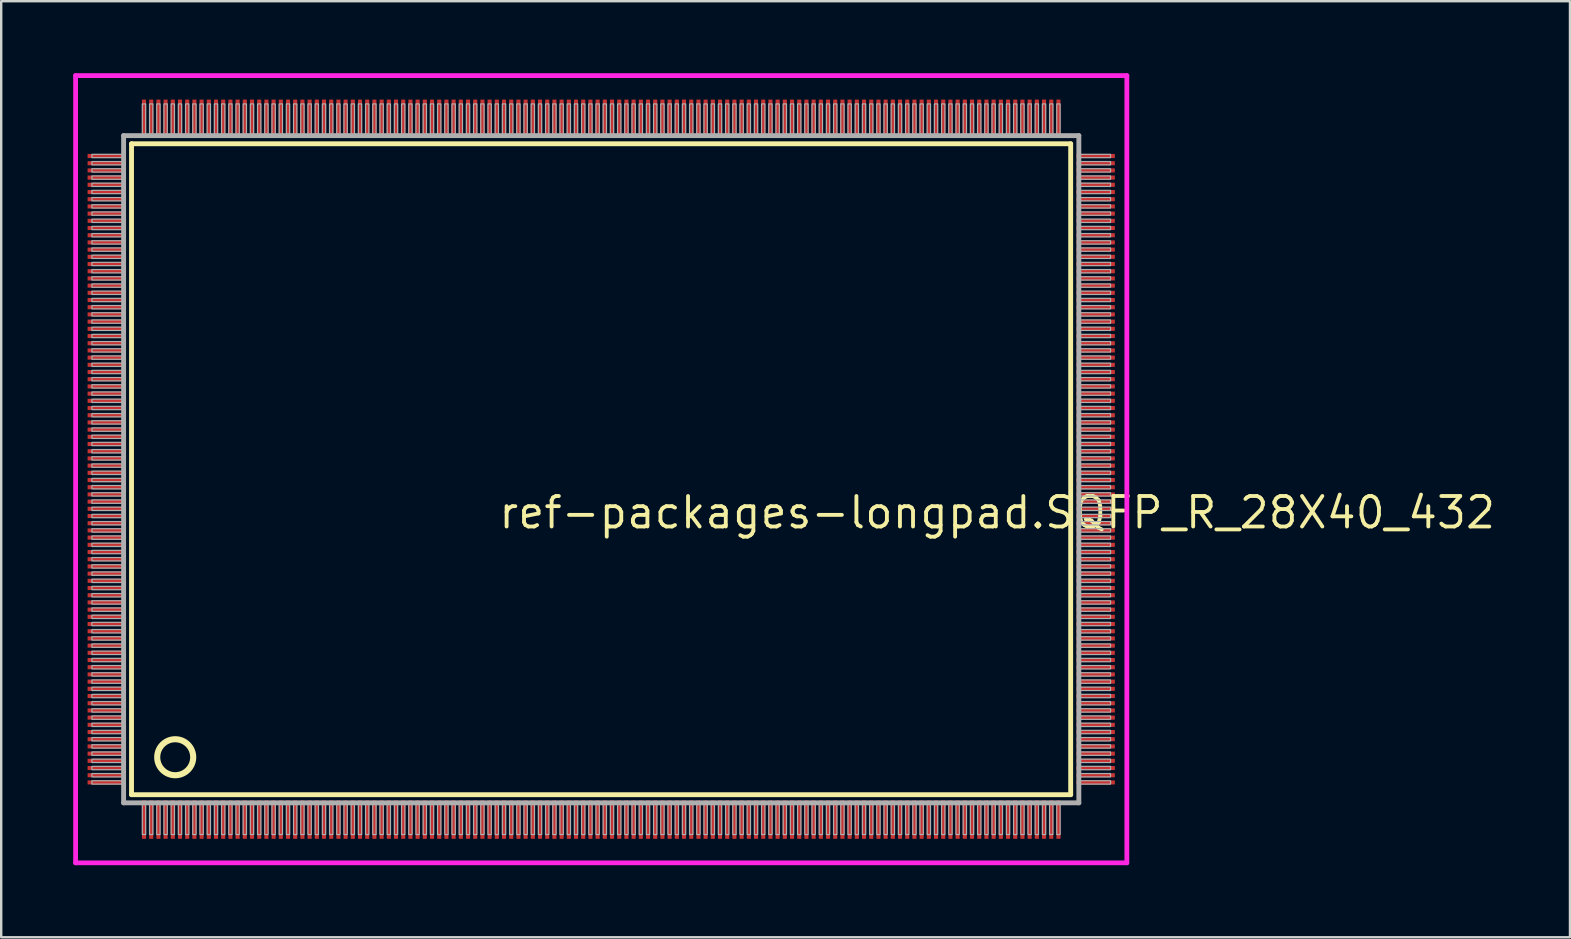
<source format=kicad_pcb>
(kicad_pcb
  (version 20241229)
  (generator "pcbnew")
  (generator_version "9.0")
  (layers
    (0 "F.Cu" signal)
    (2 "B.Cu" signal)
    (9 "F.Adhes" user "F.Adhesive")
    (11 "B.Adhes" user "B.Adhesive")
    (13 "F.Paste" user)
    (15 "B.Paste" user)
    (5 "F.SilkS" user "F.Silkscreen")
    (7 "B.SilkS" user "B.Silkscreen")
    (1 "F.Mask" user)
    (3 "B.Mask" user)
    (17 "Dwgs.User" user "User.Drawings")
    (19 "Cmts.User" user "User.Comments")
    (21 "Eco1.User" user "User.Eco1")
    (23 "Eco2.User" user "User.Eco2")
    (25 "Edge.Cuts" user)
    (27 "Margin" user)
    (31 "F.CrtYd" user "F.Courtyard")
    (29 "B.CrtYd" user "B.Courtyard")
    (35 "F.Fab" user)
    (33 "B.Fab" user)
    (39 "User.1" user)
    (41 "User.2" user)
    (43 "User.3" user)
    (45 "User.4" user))
  (footprint "ref-packages-longpad.SQFP_R_28X40_432"
    (layer "F.Cu")
    (at 22 16.5)
    (property "Reference" "ref-packages-longpad.SQFP_R_28X40_432" (at -4.35 2.55 0) (layer "F.SilkS") (effects (font (size 1.27 1.27) (thickness 0.16)) (justify left bottom)))
    (attr smd)
    (fp_line (start -19.57 -13.56) (end 19.56 -13.56) (stroke (width 0.203) (type default)) (layer "F.SilkS"))
    (fp_line (start -19.57 13.56) (end -19.57 -13.56) (stroke (width 0.203) (type default)) (layer "F.SilkS"))
    (fp_line (start 19.56 -13.56) (end 19.56 13.56) (stroke (width 0.203) (type default)) (layer "F.SilkS"))
    (fp_line (start 19.56 13.56) (end -19.57 13.56) (stroke (width 0.203) (type default)) (layer "F.SilkS"))
    (fp_circle (center -17.75 12) (end -17 12) (stroke (width 0.254) (type default)) (fill no) (layer "F.SilkS"))
    (fp_line (start -21.9 -16.4) (end 21.9 -16.4) (stroke (width 0.2) (type default)) (layer "F.CrtYd"))
    (fp_line (start -21.9 16.4) (end -21.9 -16.4) (stroke (width 0.2) (type default)) (layer "F.CrtYd"))
    (fp_line (start 21.9 -16.4) (end 21.9 16.4) (stroke (width 0.2) (type default)) (layer "F.CrtYd"))
    (fp_line (start 21.9 16.4) (end -21.9 16.4) (stroke (width 0.2) (type default)) (layer "F.CrtYd"))
    (fp_line (start -19.9 -13.9) (end -19.9 13.9) (stroke (width 0.203) (type default)) (layer "F.Fab"))
    (fp_line (start -19.9 13.9) (end 19.9 13.9) (stroke (width 0.203) (type default)) (layer "F.Fab"))
    (fp_line (start 19.9 -13.9) (end -19.9 -13.9) (stroke (width 0.203) (type default)) (layer "F.Fab"))
    (fp_line (start 19.9 13.9) (end 19.9 -13.9) (stroke (width 0.203) (type default)) (layer "F.Fab"))
    (fp_rect (start -21.22 -12.98) (end -19.95 -13.12) (stroke (width 0.05) (type default)) (fill no) (layer "F.Fab"))
    (fp_rect (start -21.22 -12.68) (end -19.95 -12.82) (stroke (width 0.05) (type default)) (fill no) (layer "F.Fab"))
    (fp_rect (start -21.22 -12.38) (end -19.95 -12.52) (stroke (width 0.05) (type default)) (fill no) (layer "F.Fab"))
    (fp_rect (start -21.22 -12.08) (end -19.95 -12.22) (stroke (width 0.05) (type default)) (fill no) (layer "F.Fab"))
    (fp_rect (start -21.22 -11.78) (end -19.95 -11.92) (stroke (width 0.05) (type default)) (fill no) (layer "F.Fab"))
    (fp_rect (start -21.22 -11.48) (end -19.95 -11.62) (stroke (width 0.05) (type default)) (fill no) (layer "F.Fab"))
    (fp_rect (start -21.22 -11.18) (end -19.95 -11.32) (stroke (width 0.05) (type default)) (fill no) (layer "F.Fab"))
    (fp_rect (start -21.22 -10.88) (end -19.95 -11.02) (stroke (width 0.05) (type default)) (fill no) (layer "F.Fab"))
    (fp_rect (start -21.22 -10.58) (end -19.95 -10.72) (stroke (width 0.05) (type default)) (fill no) (layer "F.Fab"))
    (fp_rect (start -21.22 -10.28) (end -19.95 -10.42) (stroke (width 0.05) (type default)) (fill no) (layer "F.Fab"))
    (fp_rect (start -21.22 -9.98) (end -19.95 -10.12) (stroke (width 0.05) (type default)) (fill no) (layer "F.Fab"))
    (fp_rect (start -21.22 -9.68) (end -19.95 -9.82) (stroke (width 0.05) (type default)) (fill no) (layer "F.Fab"))
    (fp_rect (start -21.22 -9.38) (end -19.95 -9.52) (stroke (width 0.05) (type default)) (fill no) (layer "F.Fab"))
    (fp_rect (start -21.22 -9.08) (end -19.95 -9.22) (stroke (width 0.05) (type default)) (fill no) (layer "F.Fab"))
    (fp_rect (start -21.22 -8.78) (end -19.95 -8.92) (stroke (width 0.05) (type default)) (fill no) (layer "F.Fab"))
    (fp_rect (start -21.22 -8.48) (end -19.95 -8.62) (stroke (width 0.05) (type default)) (fill no) (layer "F.Fab"))
    (fp_rect (start -21.22 -8.18) (end -19.95 -8.32) (stroke (width 0.05) (type default)) (fill no) (layer "F.Fab"))
    (fp_rect (start -21.22 -7.88) (end -19.95 -8.02) (stroke (width 0.05) (type default)) (fill no) (layer "F.Fab"))
    (fp_rect (start -21.22 -7.58) (end -19.95 -7.72) (stroke (width 0.05) (type default)) (fill no) (layer "F.Fab"))
    (fp_rect (start -21.22 -7.28) (end -19.95 -7.42) (stroke (width 0.05) (type default)) (fill no) (layer "F.Fab"))
    (fp_rect (start -21.22 -6.98) (end -19.95 -7.12) (stroke (width 0.05) (type default)) (fill no) (layer "F.Fab"))
    (fp_rect (start -21.22 -6.68) (end -19.95 -6.82) (stroke (width 0.05) (type default)) (fill no) (layer "F.Fab"))
    (fp_rect (start -21.22 -6.38) (end -19.95 -6.52) (stroke (width 0.05) (type default)) (fill no) (layer "F.Fab"))
    (fp_rect (start -21.22 -6.08) (end -19.95 -6.22) (stroke (width 0.05) (type default)) (fill no) (layer "F.Fab"))
    (fp_rect (start -21.22 -5.78) (end -19.95 -5.92) (stroke (width 0.05) (type default)) (fill no) (layer "F.Fab"))
    (fp_rect (start -21.22 -5.48) (end -19.95 -5.62) (stroke (width 0.05) (type default)) (fill no) (layer "F.Fab"))
    (fp_rect (start -21.22 -5.18) (end -19.95 -5.32) (stroke (width 0.05) (type default)) (fill no) (layer "F.Fab"))
    (fp_rect (start -21.22 -4.88) (end -19.95 -5.02) (stroke (width 0.05) (type default)) (fill no) (layer "F.Fab"))
    (fp_rect (start -21.22 -4.58) (end -19.95 -4.72) (stroke (width 0.05) (type default)) (fill no) (layer "F.Fab"))
    (fp_rect (start -21.22 -4.28) (end -19.95 -4.42) (stroke (width 0.05) (type default)) (fill no) (layer "F.Fab"))
    (fp_rect (start -21.22 -3.98) (end -19.95 -4.12) (stroke (width 0.05) (type default)) (fill no) (layer "F.Fab"))
    (fp_rect (start -21.22 -3.68) (end -19.95 -3.82) (stroke (width 0.05) (type default)) (fill no) (layer "F.Fab"))
    (fp_rect (start -21.22 -3.38) (end -19.95 -3.52) (stroke (width 0.05) (type default)) (fill no) (layer "F.Fab"))
    (fp_rect (start -21.22 -3.08) (end -19.95 -3.22) (stroke (width 0.05) (type default)) (fill no) (layer "F.Fab"))
    (fp_rect (start -21.22 -2.78) (end -19.95 -2.92) (stroke (width 0.05) (type default)) (fill no) (layer "F.Fab"))
    (fp_rect (start -21.22 -2.48) (end -19.95 -2.62) (stroke (width 0.05) (type default)) (fill no) (layer "F.Fab"))
    (fp_rect (start -21.22 -2.18) (end -19.95 -2.32) (stroke (width 0.05) (type default)) (fill no) (layer "F.Fab"))
    (fp_rect (start -21.22 -1.88) (end -19.95 -2.02) (stroke (width 0.05) (type default)) (fill no) (layer "F.Fab"))
    (fp_rect (start -21.22 -1.58) (end -19.95 -1.72) (stroke (width 0.05) (type default)) (fill no) (layer "F.Fab"))
    (fp_rect (start -21.22 -1.28) (end -19.95 -1.42) (stroke (width 0.05) (type default)) (fill no) (layer "F.Fab"))
    (fp_rect (start -21.22 -0.98) (end -19.95 -1.12) (stroke (width 0.05) (type default)) (fill no) (layer "F.Fab"))
    (fp_rect (start -21.22 -0.68) (end -19.95 -0.82) (stroke (width 0.05) (type default)) (fill no) (layer "F.Fab"))
    (fp_rect (start -21.22 -0.38) (end -19.95 -0.52) (stroke (width 0.05) (type default)) (fill no) (layer "F.Fab"))
    (fp_rect (start -21.22 -0.08) (end -19.95 -0.22) (stroke (width 0.05) (type default)) (fill no) (layer "F.Fab"))
    (fp_rect (start -21.22 0.22) (end -19.95 0.08) (stroke (width 0.05) (type default)) (fill no) (layer "F.Fab"))
    (fp_rect (start -21.22 0.52) (end -19.95 0.38) (stroke (width 0.05) (type default)) (fill no) (layer "F.Fab"))
    (fp_rect (start -21.22 0.82) (end -19.95 0.68) (stroke (width 0.05) (type default)) (fill no) (layer "F.Fab"))
    (fp_rect (start -21.22 1.12) (end -19.95 0.98) (stroke (width 0.05) (type default)) (fill no) (layer "F.Fab"))
    (fp_rect (start -21.22 1.42) (end -19.95 1.28) (stroke (width 0.05) (type default)) (fill no) (layer "F.Fab"))
    (fp_rect (start -21.22 1.72) (end -19.95 1.58) (stroke (width 0.05) (type default)) (fill no) (layer "F.Fab"))
    (fp_rect (start -21.22 2.02) (end -19.95 1.88) (stroke (width 0.05) (type default)) (fill no) (layer "F.Fab"))
    (fp_rect (start -21.22 2.32) (end -19.95 2.18) (stroke (width 0.05) (type default)) (fill no) (layer "F.Fab"))
    (fp_rect (start -21.22 2.62) (end -19.95 2.48) (stroke (width 0.05) (type default)) (fill no) (layer "F.Fab"))
    (fp_rect (start -21.22 2.92) (end -19.95 2.78) (stroke (width 0.05) (type default)) (fill no) (layer "F.Fab"))
    (fp_rect (start -21.22 3.22) (end -19.95 3.08) (stroke (width 0.05) (type default)) (fill no) (layer "F.Fab"))
    (fp_rect (start -21.22 3.52) (end -19.95 3.38) (stroke (width 0.05) (type default)) (fill no) (layer "F.Fab"))
    (fp_rect (start -21.22 3.82) (end -19.95 3.68) (stroke (width 0.05) (type default)) (fill no) (layer "F.Fab"))
    (fp_rect (start -21.22 4.12) (end -19.95 3.98) (stroke (width 0.05) (type default)) (fill no) (layer "F.Fab"))
    (fp_rect (start -21.22 4.42) (end -19.95 4.28) (stroke (width 0.05) (type default)) (fill no) (layer "F.Fab"))
    (fp_rect (start -21.22 4.72) (end -19.95 4.58) (stroke (width 0.05) (type default)) (fill no) (layer "F.Fab"))
    (fp_rect (start -21.22 5.02) (end -19.95 4.88) (stroke (width 0.05) (type default)) (fill no) (layer "F.Fab"))
    (fp_rect (start -21.22 5.32) (end -19.95 5.18) (stroke (width 0.05) (type default)) (fill no) (layer "F.Fab"))
    (fp_rect (start -21.22 5.62) (end -19.95 5.48) (stroke (width 0.05) (type default)) (fill no) (layer "F.Fab"))
    (fp_rect (start -21.22 5.92) (end -19.95 5.78) (stroke (width 0.05) (type default)) (fill no) (layer "F.Fab"))
    (fp_rect (start -21.22 6.22) (end -19.95 6.08) (stroke (width 0.05) (type default)) (fill no) (layer "F.Fab"))
    (fp_rect (start -21.22 6.52) (end -19.95 6.38) (stroke (width 0.05) (type default)) (fill no) (layer "F.Fab"))
    (fp_rect (start -21.22 6.82) (end -19.95 6.68) (stroke (width 0.05) (type default)) (fill no) (layer "F.Fab"))
    (fp_rect (start -21.22 7.12) (end -19.95 6.98) (stroke (width 0.05) (type default)) (fill no) (layer "F.Fab"))
    (fp_rect (start -21.22 7.42) (end -19.95 7.28) (stroke (width 0.05) (type default)) (fill no) (layer "F.Fab"))
    (fp_rect (start -21.22 7.72) (end -19.95 7.58) (stroke (width 0.05) (type default)) (fill no) (layer "F.Fab"))
    (fp_rect (start -21.22 8.02) (end -19.95 7.88) (stroke (width 0.05) (type default)) (fill no) (layer "F.Fab"))
    (fp_rect (start -21.22 8.32) (end -19.95 8.18) (stroke (width 0.05) (type default)) (fill no) (layer "F.Fab"))
    (fp_rect (start -21.22 8.62) (end -19.95 8.48) (stroke (width 0.05) (type default)) (fill no) (layer "F.Fab"))
    (fp_rect (start -21.22 8.92) (end -19.95 8.78) (stroke (width 0.05) (type default)) (fill no) (layer "F.Fab"))
    (fp_rect (start -21.22 9.22) (end -19.95 9.08) (stroke (width 0.05) (type default)) (fill no) (layer "F.Fab"))
    (fp_rect (start -21.22 9.52) (end -19.95 9.38) (stroke (width 0.05) (type default)) (fill no) (layer "F.Fab"))
    (fp_rect (start -21.22 9.82) (end -19.95 9.68) (stroke (width 0.05) (type default)) (fill no) (layer "F.Fab"))
    (fp_rect (start -21.22 10.12) (end -19.95 9.98) (stroke (width 0.05) (type default)) (fill no) (layer "F.Fab"))
    (fp_rect (start -21.22 10.42) (end -19.95 10.28) (stroke (width 0.05) (type default)) (fill no) (layer "F.Fab"))
    (fp_rect (start -21.22 10.72) (end -19.95 10.58) (stroke (width 0.05) (type default)) (fill no) (layer "F.Fab"))
    (fp_rect (start -21.22 11.02) (end -19.95 10.88) (stroke (width 0.05) (type default)) (fill no) (layer "F.Fab"))
    (fp_rect (start -21.22 11.32) (end -19.95 11.18) (stroke (width 0.05) (type default)) (fill no) (layer "F.Fab"))
    (fp_rect (start -21.22 11.62) (end -19.95 11.48) (stroke (width 0.05) (type default)) (fill no) (layer "F.Fab"))
    (fp_rect (start -21.22 11.92) (end -19.95 11.78) (stroke (width 0.05) (type default)) (fill no) (layer "F.Fab"))
    (fp_rect (start -21.22 12.22) (end -19.95 12.08) (stroke (width 0.05) (type default)) (fill no) (layer "F.Fab"))
    (fp_rect (start -21.22 12.52) (end -19.95 12.38) (stroke (width 0.05) (type default)) (fill no) (layer "F.Fab"))
    (fp_rect (start -21.22 12.82) (end -19.95 12.68) (stroke (width 0.05) (type default)) (fill no) (layer "F.Fab"))
    (fp_rect (start -21.22 13.12) (end -19.95 12.98) (stroke (width 0.05) (type default)) (fill no) (layer "F.Fab"))
    (fp_rect (start -19.12 -13.95) (end -18.98 -15.22) (stroke (width 0.05) (type default)) (fill no) (layer "F.Fab"))
    (fp_rect (start -19.12 15.22) (end -18.98 13.95) (stroke (width 0.05) (type default)) (fill no) (layer "F.Fab"))
    (fp_rect (start -18.82 -13.95) (end -18.68 -15.22) (stroke (width 0.05) (type default)) (fill no) (layer "F.Fab"))
    (fp_rect (start -18.82 15.22) (end -18.68 13.95) (stroke (width 0.05) (type default)) (fill no) (layer "F.Fab"))
    (fp_rect (start -18.52 -13.95) (end -18.38 -15.22) (stroke (width 0.05) (type default)) (fill no) (layer "F.Fab"))
    (fp_rect (start -18.52 15.22) (end -18.38 13.95) (stroke (width 0.05) (type default)) (fill no) (layer "F.Fab"))
    (fp_rect (start -18.22 -13.95) (end -18.08 -15.22) (stroke (width 0.05) (type default)) (fill no) (layer "F.Fab"))
    (fp_rect (start -18.22 15.22) (end -18.08 13.95) (stroke (width 0.05) (type default)) (fill no) (layer "F.Fab"))
    (fp_rect (start -17.92 -13.95) (end -17.78 -15.22) (stroke (width 0.05) (type default)) (fill no) (layer "F.Fab"))
    (fp_rect (start -17.92 15.22) (end -17.78 13.95) (stroke (width 0.05) (type default)) (fill no) (layer "F.Fab"))
    (fp_rect (start -17.62 -13.95) (end -17.48 -15.22) (stroke (width 0.05) (type default)) (fill no) (layer "F.Fab"))
    (fp_rect (start -17.62 15.22) (end -17.48 13.95) (stroke (width 0.05) (type default)) (fill no) (layer "F.Fab"))
    (fp_rect (start -17.32 -13.95) (end -17.18 -15.22) (stroke (width 0.05) (type default)) (fill no) (layer "F.Fab"))
    (fp_rect (start -17.32 15.22) (end -17.18 13.95) (stroke (width 0.05) (type default)) (fill no) (layer "F.Fab"))
    (fp_rect (start -17.02 -13.95) (end -16.88 -15.22) (stroke (width 0.05) (type default)) (fill no) (layer "F.Fab"))
    (fp_rect (start -17.02 15.22) (end -16.88 13.95) (stroke (width 0.05) (type default)) (fill no) (layer "F.Fab"))
    (fp_rect (start -16.72 -13.95) (end -16.58 -15.22) (stroke (width 0.05) (type default)) (fill no) (layer "F.Fab"))
    (fp_rect (start -16.72 15.22) (end -16.58 13.95) (stroke (width 0.05) (type default)) (fill no) (layer "F.Fab"))
    (fp_rect (start -16.42 -13.95) (end -16.28 -15.22) (stroke (width 0.05) (type default)) (fill no) (layer "F.Fab"))
    (fp_rect (start -16.42 15.22) (end -16.28 13.95) (stroke (width 0.05) (type default)) (fill no) (layer "F.Fab"))
    (fp_rect (start -16.12 -13.95) (end -15.98 -15.22) (stroke (width 0.05) (type default)) (fill no) (layer "F.Fab"))
    (fp_rect (start -16.12 15.22) (end -15.98 13.95) (stroke (width 0.05) (type default)) (fill no) (layer "F.Fab"))
    (fp_rect (start -15.82 -13.95) (end -15.68 -15.22) (stroke (width 0.05) (type default)) (fill no) (layer "F.Fab"))
    (fp_rect (start -15.82 15.22) (end -15.68 13.95) (stroke (width 0.05) (type default)) (fill no) (layer "F.Fab"))
    (fp_rect (start -15.52 -13.95) (end -15.38 -15.22) (stroke (width 0.05) (type default)) (fill no) (layer "F.Fab"))
    (fp_rect (start -15.52 15.22) (end -15.38 13.95) (stroke (width 0.05) (type default)) (fill no) (layer "F.Fab"))
    (fp_rect (start -15.22 -13.95) (end -15.08 -15.22) (stroke (width 0.05) (type default)) (fill no) (layer "F.Fab"))
    (fp_rect (start -15.22 15.22) (end -15.08 13.95) (stroke (width 0.05) (type default)) (fill no) (layer "F.Fab"))
    (fp_rect (start -14.92 -13.95) (end -14.78 -15.22) (stroke (width 0.05) (type default)) (fill no) (layer "F.Fab"))
    (fp_rect (start -14.92 15.22) (end -14.78 13.95) (stroke (width 0.05) (type default)) (fill no) (layer "F.Fab"))
    (fp_rect (start -14.62 -13.95) (end -14.48 -15.22) (stroke (width 0.05) (type default)) (fill no) (layer "F.Fab"))
    (fp_rect (start -14.62 15.22) (end -14.48 13.95) (stroke (width 0.05) (type default)) (fill no) (layer "F.Fab"))
    (fp_rect (start -14.32 -13.95) (end -14.18 -15.22) (stroke (width 0.05) (type default)) (fill no) (layer "F.Fab"))
    (fp_rect (start -14.32 15.22) (end -14.18 13.95) (stroke (width 0.05) (type default)) (fill no) (layer "F.Fab"))
    (fp_rect (start -14.02 -13.95) (end -13.88 -15.22) (stroke (width 0.05) (type default)) (fill no) (layer "F.Fab"))
    (fp_rect (start -14.02 15.22) (end -13.88 13.95) (stroke (width 0.05) (type default)) (fill no) (layer "F.Fab"))
    (fp_rect (start -13.72 -13.95) (end -13.58 -15.22) (stroke (width 0.05) (type default)) (fill no) (layer "F.Fab"))
    (fp_rect (start -13.72 15.22) (end -13.58 13.95) (stroke (width 0.05) (type default)) (fill no) (layer "F.Fab"))
    (fp_rect (start -13.42 -13.95) (end -13.28 -15.22) (stroke (width 0.05) (type default)) (fill no) (layer "F.Fab"))
    (fp_rect (start -13.42 15.22) (end -13.28 13.95) (stroke (width 0.05) (type default)) (fill no) (layer "F.Fab"))
    (fp_rect (start -13.12 -13.95) (end -12.98 -15.22) (stroke (width 0.05) (type default)) (fill no) (layer "F.Fab"))
    (fp_rect (start -13.12 15.22) (end -12.98 13.95) (stroke (width 0.05) (type default)) (fill no) (layer "F.Fab"))
    (fp_rect (start -12.82 -13.95) (end -12.68 -15.22) (stroke (width 0.05) (type default)) (fill no) (layer "F.Fab"))
    (fp_rect (start -12.82 15.22) (end -12.68 13.95) (stroke (width 0.05) (type default)) (fill no) (layer "F.Fab"))
    (fp_rect (start -12.52 -13.95) (end -12.38 -15.22) (stroke (width 0.05) (type default)) (fill no) (layer "F.Fab"))
    (fp_rect (start -12.52 15.22) (end -12.38 13.95) (stroke (width 0.05) (type default)) (fill no) (layer "F.Fab"))
    (fp_rect (start -12.22 -13.95) (end -12.08 -15.22) (stroke (width 0.05) (type default)) (fill no) (layer "F.Fab"))
    (fp_rect (start -12.22 15.22) (end -12.08 13.95) (stroke (width 0.05) (type default)) (fill no) (layer "F.Fab"))
    (fp_rect (start -11.92 -13.95) (end -11.78 -15.22) (stroke (width 0.05) (type default)) (fill no) (layer "F.Fab"))
    (fp_rect (start -11.92 15.22) (end -11.78 13.95) (stroke (width 0.05) (type default)) (fill no) (layer "F.Fab"))
    (fp_rect (start -11.62 -13.95) (end -11.48 -15.22) (stroke (width 0.05) (type default)) (fill no) (layer "F.Fab"))
    (fp_rect (start -11.62 15.22) (end -11.48 13.95) (stroke (width 0.05) (type default)) (fill no) (layer "F.Fab"))
    (fp_rect (start -11.32 -13.95) (end -11.18 -15.22) (stroke (width 0.05) (type default)) (fill no) (layer "F.Fab"))
    (fp_rect (start -11.32 15.22) (end -11.18 13.95) (stroke (width 0.05) (type default)) (fill no) (layer "F.Fab"))
    (fp_rect (start -11.02 -13.95) (end -10.88 -15.22) (stroke (width 0.05) (type default)) (fill no) (layer "F.Fab"))
    (fp_rect (start -11.02 15.22) (end -10.88 13.95) (stroke (width 0.05) (type default)) (fill no) (layer "F.Fab"))
    (fp_rect (start -10.72 -13.95) (end -10.58 -15.22) (stroke (width 0.05) (type default)) (fill no) (layer "F.Fab"))
    (fp_rect (start -10.72 15.22) (end -10.58 13.95) (stroke (width 0.05) (type default)) (fill no) (layer "F.Fab"))
    (fp_rect (start -10.42 -13.95) (end -10.28 -15.22) (stroke (width 0.05) (type default)) (fill no) (layer "F.Fab"))
    (fp_rect (start -10.42 15.22) (end -10.28 13.95) (stroke (width 0.05) (type default)) (fill no) (layer "F.Fab"))
    (fp_rect (start -10.12 -13.95) (end -9.98 -15.22) (stroke (width 0.05) (type default)) (fill no) (layer "F.Fab"))
    (fp_rect (start -10.12 15.22) (end -9.98 13.95) (stroke (width 0.05) (type default)) (fill no) (layer "F.Fab"))
    (fp_rect (start -9.82 -13.95) (end -9.68 -15.22) (stroke (width 0.05) (type default)) (fill no) (layer "F.Fab"))
    (fp_rect (start -9.82 15.22) (end -9.68 13.95) (stroke (width 0.05) (type default)) (fill no) (layer "F.Fab"))
    (fp_rect (start -9.52 -13.95) (end -9.38 -15.22) (stroke (width 0.05) (type default)) (fill no) (layer "F.Fab"))
    (fp_rect (start -9.52 15.22) (end -9.38 13.95) (stroke (width 0.05) (type default)) (fill no) (layer "F.Fab"))
    (fp_rect (start -9.22 -13.95) (end -9.08 -15.22) (stroke (width 0.05) (type default)) (fill no) (layer "F.Fab"))
    (fp_rect (start -9.22 15.22) (end -9.08 13.95) (stroke (width 0.05) (type default)) (fill no) (layer "F.Fab"))
    (fp_rect (start -8.92 -13.95) (end -8.78 -15.22) (stroke (width 0.05) (type default)) (fill no) (layer "F.Fab"))
    (fp_rect (start -8.92 15.22) (end -8.78 13.95) (stroke (width 0.05) (type default)) (fill no) (layer "F.Fab"))
    (fp_rect (start -8.62 -13.95) (end -8.48 -15.22) (stroke (width 0.05) (type default)) (fill no) (layer "F.Fab"))
    (fp_rect (start -8.62 15.22) (end -8.48 13.95) (stroke (width 0.05) (type default)) (fill no) (layer "F.Fab"))
    (fp_rect (start -8.32 -13.95) (end -8.18 -15.22) (stroke (width 0.05) (type default)) (fill no) (layer "F.Fab"))
    (fp_rect (start -8.32 15.22) (end -8.18 13.95) (stroke (width 0.05) (type default)) (fill no) (layer "F.Fab"))
    (fp_rect (start -8.02 -13.95) (end -7.88 -15.22) (stroke (width 0.05) (type default)) (fill no) (layer "F.Fab"))
    (fp_rect (start -8.02 15.22) (end -7.88 13.95) (stroke (width 0.05) (type default)) (fill no) (layer "F.Fab"))
    (fp_rect (start -7.72 -13.95) (end -7.58 -15.22) (stroke (width 0.05) (type default)) (fill no) (layer "F.Fab"))
    (fp_rect (start -7.72 15.22) (end -7.58 13.95) (stroke (width 0.05) (type default)) (fill no) (layer "F.Fab"))
    (fp_rect (start -7.42 -13.95) (end -7.28 -15.22) (stroke (width 0.05) (type default)) (fill no) (layer "F.Fab"))
    (fp_rect (start -7.42 15.22) (end -7.28 13.95) (stroke (width 0.05) (type default)) (fill no) (layer "F.Fab"))
    (fp_rect (start -7.12 -13.95) (end -6.98 -15.22) (stroke (width 0.05) (type default)) (fill no) (layer "F.Fab"))
    (fp_rect (start -7.12 15.22) (end -6.98 13.95) (stroke (width 0.05) (type default)) (fill no) (layer "F.Fab"))
    (fp_rect (start -6.82 -13.95) (end -6.68 -15.22) (stroke (width 0.05) (type default)) (fill no) (layer "F.Fab"))
    (fp_rect (start -6.82 15.22) (end -6.68 13.95) (stroke (width 0.05) (type default)) (fill no) (layer "F.Fab"))
    (fp_rect (start -6.52 -13.95) (end -6.38 -15.22) (stroke (width 0.05) (type default)) (fill no) (layer "F.Fab"))
    (fp_rect (start -6.52 15.22) (end -6.38 13.95) (stroke (width 0.05) (type default)) (fill no) (layer "F.Fab"))
    (fp_rect (start -6.22 -13.95) (end -6.08 -15.22) (stroke (width 0.05) (type default)) (fill no) (layer "F.Fab"))
    (fp_rect (start -6.22 15.22) (end -6.08 13.95) (stroke (width 0.05) (type default)) (fill no) (layer "F.Fab"))
    (fp_rect (start -5.92 -13.95) (end -5.78 -15.22) (stroke (width 0.05) (type default)) (fill no) (layer "F.Fab"))
    (fp_rect (start -5.92 15.22) (end -5.78 13.95) (stroke (width 0.05) (type default)) (fill no) (layer "F.Fab"))
    (fp_rect (start -5.62 -13.95) (end -5.48 -15.22) (stroke (width 0.05) (type default)) (fill no) (layer "F.Fab"))
    (fp_rect (start -5.62 15.22) (end -5.48 13.95) (stroke (width 0.05) (type default)) (fill no) (layer "F.Fab"))
    (fp_rect (start -5.32 -13.95) (end -5.18 -15.22) (stroke (width 0.05) (type default)) (fill no) (layer "F.Fab"))
    (fp_rect (start -5.32 15.22) (end -5.18 13.95) (stroke (width 0.05) (type default)) (fill no) (layer "F.Fab"))
    (fp_rect (start -5.02 -13.95) (end -4.88 -15.22) (stroke (width 0.05) (type default)) (fill no) (layer "F.Fab"))
    (fp_rect (start -5.02 15.22) (end -4.88 13.95) (stroke (width 0.05) (type default)) (fill no) (layer "F.Fab"))
    (fp_rect (start -4.72 -13.95) (end -4.58 -15.22) (stroke (width 0.05) (type default)) (fill no) (layer "F.Fab"))
    (fp_rect (start -4.72 15.22) (end -4.58 13.95) (stroke (width 0.05) (type default)) (fill no) (layer "F.Fab"))
    (fp_rect (start -4.42 -13.95) (end -4.28 -15.22) (stroke (width 0.05) (type default)) (fill no) (layer "F.Fab"))
    (fp_rect (start -4.42 15.22) (end -4.28 13.95) (stroke (width 0.05) (type default)) (fill no) (layer "F.Fab"))
    (fp_rect (start -4.12 -13.95) (end -3.98 -15.22) (stroke (width 0.05) (type default)) (fill no) (layer "F.Fab"))
    (fp_rect (start -4.12 15.22) (end -3.98 13.95) (stroke (width 0.05) (type default)) (fill no) (layer "F.Fab"))
    (fp_rect (start -3.82 -13.95) (end -3.68 -15.22) (stroke (width 0.05) (type default)) (fill no) (layer "F.Fab"))
    (fp_rect (start -3.82 15.22) (end -3.68 13.95) (stroke (width 0.05) (type default)) (fill no) (layer "F.Fab"))
    (fp_rect (start -3.52 -13.95) (end -3.38 -15.22) (stroke (width 0.05) (type default)) (fill no) (layer "F.Fab"))
    (fp_rect (start -3.52 15.22) (end -3.38 13.95) (stroke (width 0.05) (type default)) (fill no) (layer "F.Fab"))
    (fp_rect (start -3.22 -13.95) (end -3.08 -15.22) (stroke (width 0.05) (type default)) (fill no) (layer "F.Fab"))
    (fp_rect (start -3.22 15.22) (end -3.08 13.95) (stroke (width 0.05) (type default)) (fill no) (layer "F.Fab"))
    (fp_rect (start -2.92 -13.95) (end -2.78 -15.22) (stroke (width 0.05) (type default)) (fill no) (layer "F.Fab"))
    (fp_rect (start -2.92 15.22) (end -2.78 13.95) (stroke (width 0.05) (type default)) (fill no) (layer "F.Fab"))
    (fp_rect (start -2.62 -13.95) (end -2.48 -15.22) (stroke (width 0.05) (type default)) (fill no) (layer "F.Fab"))
    (fp_rect (start -2.62 15.22) (end -2.48 13.95) (stroke (width 0.05) (type default)) (fill no) (layer "F.Fab"))
    (fp_rect (start -2.32 -13.95) (end -2.18 -15.22) (stroke (width 0.05) (type default)) (fill no) (layer "F.Fab"))
    (fp_rect (start -2.32 15.22) (end -2.18 13.95) (stroke (width 0.05) (type default)) (fill no) (layer "F.Fab"))
    (fp_rect (start -2.02 -13.95) (end -1.88 -15.22) (stroke (width 0.05) (type default)) (fill no) (layer "F.Fab"))
    (fp_rect (start -2.02 15.22) (end -1.88 13.95) (stroke (width 0.05) (type default)) (fill no) (layer "F.Fab"))
    (fp_rect (start -1.72 -13.95) (end -1.58 -15.22) (stroke (width 0.05) (type default)) (fill no) (layer "F.Fab"))
    (fp_rect (start -1.72 15.22) (end -1.58 13.95) (stroke (width 0.05) (type default)) (fill no) (layer "F.Fab"))
    (fp_rect (start -1.42 -13.95) (end -1.28 -15.22) (stroke (width 0.05) (type default)) (fill no) (layer "F.Fab"))
    (fp_rect (start -1.42 15.22) (end -1.28 13.95) (stroke (width 0.05) (type default)) (fill no) (layer "F.Fab"))
    (fp_rect (start -1.12 -13.95) (end -0.98 -15.22) (stroke (width 0.05) (type default)) (fill no) (layer "F.Fab"))
    (fp_rect (start -1.12 15.22) (end -0.98 13.95) (stroke (width 0.05) (type default)) (fill no) (layer "F.Fab"))
    (fp_rect (start -0.82 -13.95) (end -0.68 -15.22) (stroke (width 0.05) (type default)) (fill no) (layer "F.Fab"))
    (fp_rect (start -0.82 15.22) (end -0.68 13.95) (stroke (width 0.05) (type default)) (fill no) (layer "F.Fab"))
    (fp_rect (start -0.52 -13.95) (end -0.38 -15.22) (stroke (width 0.05) (type default)) (fill no) (layer "F.Fab"))
    (fp_rect (start -0.52 15.22) (end -0.38 13.95) (stroke (width 0.05) (type default)) (fill no) (layer "F.Fab"))
    (fp_rect (start -0.22 -13.95) (end -0.08 -15.22) (stroke (width 0.05) (type default)) (fill no) (layer "F.Fab"))
    (fp_rect (start -0.22 15.22) (end -0.08 13.95) (stroke (width 0.05) (type default)) (fill no) (layer "F.Fab"))
    (fp_rect (start 0.08 -13.95) (end 0.22 -15.22) (stroke (width 0.05) (type default)) (fill no) (layer "F.Fab"))
    (fp_rect (start 0.08 15.22) (end 0.22 13.95) (stroke (width 0.05) (type default)) (fill no) (layer "F.Fab"))
    (fp_rect (start 0.38 -13.95) (end 0.52 -15.22) (stroke (width 0.05) (type default)) (fill no) (layer "F.Fab"))
    (fp_rect (start 0.38 15.22) (end 0.52 13.95) (stroke (width 0.05) (type default)) (fill no) (layer "F.Fab"))
    (fp_rect (start 0.68 -13.95) (end 0.82 -15.22) (stroke (width 0.05) (type default)) (fill no) (layer "F.Fab"))
    (fp_rect (start 0.68 15.22) (end 0.82 13.95) (stroke (width 0.05) (type default)) (fill no) (layer "F.Fab"))
    (fp_rect (start 0.98 -13.95) (end 1.12 -15.22) (stroke (width 0.05) (type default)) (fill no) (layer "F.Fab"))
    (fp_rect (start 0.98 15.22) (end 1.12 13.95) (stroke (width 0.05) (type default)) (fill no) (layer "F.Fab"))
    (fp_rect (start 1.28 -13.95) (end 1.42 -15.22) (stroke (width 0.05) (type default)) (fill no) (layer "F.Fab"))
    (fp_rect (start 1.28 15.22) (end 1.42 13.95) (stroke (width 0.05) (type default)) (fill no) (layer "F.Fab"))
    (fp_rect (start 1.58 -13.95) (end 1.72 -15.22) (stroke (width 0.05) (type default)) (fill no) (layer "F.Fab"))
    (fp_rect (start 1.58 15.22) (end 1.72 13.95) (stroke (width 0.05) (type default)) (fill no) (layer "F.Fab"))
    (fp_rect (start 1.88 -13.95) (end 2.02 -15.22) (stroke (width 0.05) (type default)) (fill no) (layer "F.Fab"))
    (fp_rect (start 1.88 15.22) (end 2.02 13.95) (stroke (width 0.05) (type default)) (fill no) (layer "F.Fab"))
    (fp_rect (start 2.18 -13.95) (end 2.32 -15.22) (stroke (width 0.05) (type default)) (fill no) (layer "F.Fab"))
    (fp_rect (start 2.18 15.22) (end 2.32 13.95) (stroke (width 0.05) (type default)) (fill no) (layer "F.Fab"))
    (fp_rect (start 2.48 -13.95) (end 2.62 -15.22) (stroke (width 0.05) (type default)) (fill no) (layer "F.Fab"))
    (fp_rect (start 2.48 15.22) (end 2.62 13.95) (stroke (width 0.05) (type default)) (fill no) (layer "F.Fab"))
    (fp_rect (start 2.78 -13.95) (end 2.92 -15.22) (stroke (width 0.05) (type default)) (fill no) (layer "F.Fab"))
    (fp_rect (start 2.78 15.22) (end 2.92 13.95) (stroke (width 0.05) (type default)) (fill no) (layer "F.Fab"))
    (fp_rect (start 3.08 -13.95) (end 3.22 -15.22) (stroke (width 0.05) (type default)) (fill no) (layer "F.Fab"))
    (fp_rect (start 3.08 15.22) (end 3.22 13.95) (stroke (width 0.05) (type default)) (fill no) (layer "F.Fab"))
    (fp_rect (start 3.38 -13.95) (end 3.52 -15.22) (stroke (width 0.05) (type default)) (fill no) (layer "F.Fab"))
    (fp_rect (start 3.38 15.22) (end 3.52 13.95) (stroke (width 0.05) (type default)) (fill no) (layer "F.Fab"))
    (fp_rect (start 3.68 -13.95) (end 3.82 -15.22) (stroke (width 0.05) (type default)) (fill no) (layer "F.Fab"))
    (fp_rect (start 3.68 15.22) (end 3.82 13.95) (stroke (width 0.05) (type default)) (fill no) (layer "F.Fab"))
    (fp_rect (start 3.98 -13.95) (end 4.12 -15.22) (stroke (width 0.05) (type default)) (fill no) (layer "F.Fab"))
    (fp_rect (start 3.98 15.22) (end 4.12 13.95) (stroke (width 0.05) (type default)) (fill no) (layer "F.Fab"))
    (fp_rect (start 4.28 -13.95) (end 4.42 -15.22) (stroke (width 0.05) (type default)) (fill no) (layer "F.Fab"))
    (fp_rect (start 4.28 15.22) (end 4.42 13.95) (stroke (width 0.05) (type default)) (fill no) (layer "F.Fab"))
    (fp_rect (start 4.58 -13.95) (end 4.72 -15.22) (stroke (width 0.05) (type default)) (fill no) (layer "F.Fab"))
    (fp_rect (start 4.58 15.22) (end 4.72 13.95) (stroke (width 0.05) (type default)) (fill no) (layer "F.Fab"))
    (fp_rect (start 4.88 -13.95) (end 5.02 -15.22) (stroke (width 0.05) (type default)) (fill no) (layer "F.Fab"))
    (fp_rect (start 4.88 15.22) (end 5.02 13.95) (stroke (width 0.05) (type default)) (fill no) (layer "F.Fab"))
    (fp_rect (start 5.18 -13.95) (end 5.32 -15.22) (stroke (width 0.05) (type default)) (fill no) (layer "F.Fab"))
    (fp_rect (start 5.18 15.22) (end 5.32 13.95) (stroke (width 0.05) (type default)) (fill no) (layer "F.Fab"))
    (fp_rect (start 5.48 -13.95) (end 5.62 -15.22) (stroke (width 0.05) (type default)) (fill no) (layer "F.Fab"))
    (fp_rect (start 5.48 15.22) (end 5.62 13.95) (stroke (width 0.05) (type default)) (fill no) (layer "F.Fab"))
    (fp_rect (start 5.78 -13.95) (end 5.92 -15.22) (stroke (width 0.05) (type default)) (fill no) (layer "F.Fab"))
    (fp_rect (start 5.78 15.22) (end 5.92 13.95) (stroke (width 0.05) (type default)) (fill no) (layer "F.Fab"))
    (fp_rect (start 6.08 -13.95) (end 6.22 -15.22) (stroke (width 0.05) (type default)) (fill no) (layer "F.Fab"))
    (fp_rect (start 6.08 15.22) (end 6.22 13.95) (stroke (width 0.05) (type default)) (fill no) (layer "F.Fab"))
    (fp_rect (start 6.38 -13.95) (end 6.52 -15.22) (stroke (width 0.05) (type default)) (fill no) (layer "F.Fab"))
    (fp_rect (start 6.38 15.22) (end 6.52 13.95) (stroke (width 0.05) (type default)) (fill no) (layer "F.Fab"))
    (fp_rect (start 6.68 -13.95) (end 6.82 -15.22) (stroke (width 0.05) (type default)) (fill no) (layer "F.Fab"))
    (fp_rect (start 6.68 15.22) (end 6.82 13.95) (stroke (width 0.05) (type default)) (fill no) (layer "F.Fab"))
    (fp_rect (start 6.98 -13.95) (end 7.12 -15.22) (stroke (width 0.05) (type default)) (fill no) (layer "F.Fab"))
    (fp_rect (start 6.98 15.22) (end 7.12 13.95) (stroke (width 0.05) (type default)) (fill no) (layer "F.Fab"))
    (fp_rect (start 7.28 -13.95) (end 7.42 -15.22) (stroke (width 0.05) (type default)) (fill no) (layer "F.Fab"))
    (fp_rect (start 7.28 15.22) (end 7.42 13.95) (stroke (width 0.05) (type default)) (fill no) (layer "F.Fab"))
    (fp_rect (start 7.58 -13.95) (end 7.72 -15.22) (stroke (width 0.05) (type default)) (fill no) (layer "F.Fab"))
    (fp_rect (start 7.58 15.22) (end 7.72 13.95) (stroke (width 0.05) (type default)) (fill no) (layer "F.Fab"))
    (fp_rect (start 7.88 -13.95) (end 8.02 -15.22) (stroke (width 0.05) (type default)) (fill no) (layer "F.Fab"))
    (fp_rect (start 7.88 15.22) (end 8.02 13.95) (stroke (width 0.05) (type default)) (fill no) (layer "F.Fab"))
    (fp_rect (start 8.18 -13.95) (end 8.32 -15.22) (stroke (width 0.05) (type default)) (fill no) (layer "F.Fab"))
    (fp_rect (start 8.18 15.22) (end 8.32 13.95) (stroke (width 0.05) (type default)) (fill no) (layer "F.Fab"))
    (fp_rect (start 8.48 -13.95) (end 8.62 -15.22) (stroke (width 0.05) (type default)) (fill no) (layer "F.Fab"))
    (fp_rect (start 8.48 15.22) (end 8.62 13.95) (stroke (width 0.05) (type default)) (fill no) (layer "F.Fab"))
    (fp_rect (start 8.78 -13.95) (end 8.92 -15.22) (stroke (width 0.05) (type default)) (fill no) (layer "F.Fab"))
    (fp_rect (start 8.78 15.22) (end 8.92 13.95) (stroke (width 0.05) (type default)) (fill no) (layer "F.Fab"))
    (fp_rect (start 9.08 -13.95) (end 9.22 -15.22) (stroke (width 0.05) (type default)) (fill no) (layer "F.Fab"))
    (fp_rect (start 9.08 15.22) (end 9.22 13.95) (stroke (width 0.05) (type default)) (fill no) (layer "F.Fab"))
    (fp_rect (start 9.38 -13.95) (end 9.52 -15.22) (stroke (width 0.05) (type default)) (fill no) (layer "F.Fab"))
    (fp_rect (start 9.38 15.22) (end 9.52 13.95) (stroke (width 0.05) (type default)) (fill no) (layer "F.Fab"))
    (fp_rect (start 9.68 -13.95) (end 9.82 -15.22) (stroke (width 0.05) (type default)) (fill no) (layer "F.Fab"))
    (fp_rect (start 9.68 15.22) (end 9.82 13.95) (stroke (width 0.05) (type default)) (fill no) (layer "F.Fab"))
    (fp_rect (start 9.98 -13.95) (end 10.12 -15.22) (stroke (width 0.05) (type default)) (fill no) (layer "F.Fab"))
    (fp_rect (start 9.98 15.22) (end 10.12 13.95) (stroke (width 0.05) (type default)) (fill no) (layer "F.Fab"))
    (fp_rect (start 10.28 -13.95) (end 10.42 -15.22) (stroke (width 0.05) (type default)) (fill no) (layer "F.Fab"))
    (fp_rect (start 10.28 15.22) (end 10.42 13.95) (stroke (width 0.05) (type default)) (fill no) (layer "F.Fab"))
    (fp_rect (start 10.58 -13.95) (end 10.72 -15.22) (stroke (width 0.05) (type default)) (fill no) (layer "F.Fab"))
    (fp_rect (start 10.58 15.22) (end 10.72 13.95) (stroke (width 0.05) (type default)) (fill no) (layer "F.Fab"))
    (fp_rect (start 10.88 -13.95) (end 11.02 -15.22) (stroke (width 0.05) (type default)) (fill no) (layer "F.Fab"))
    (fp_rect (start 10.88 15.22) (end 11.02 13.95) (stroke (width 0.05) (type default)) (fill no) (layer "F.Fab"))
    (fp_rect (start 11.18 -13.95) (end 11.32 -15.22) (stroke (width 0.05) (type default)) (fill no) (layer "F.Fab"))
    (fp_rect (start 11.18 15.22) (end 11.32 13.95) (stroke (width 0.05) (type default)) (fill no) (layer "F.Fab"))
    (fp_rect (start 11.48 -13.95) (end 11.62 -15.22) (stroke (width 0.05) (type default)) (fill no) (layer "F.Fab"))
    (fp_rect (start 11.48 15.22) (end 11.62 13.95) (stroke (width 0.05) (type default)) (fill no) (layer "F.Fab"))
    (fp_rect (start 11.78 -13.95) (end 11.92 -15.22) (stroke (width 0.05) (type default)) (fill no) (layer "F.Fab"))
    (fp_rect (start 11.78 15.22) (end 11.92 13.95) (stroke (width 0.05) (type default)) (fill no) (layer "F.Fab"))
    (fp_rect (start 12.08 -13.95) (end 12.22 -15.22) (stroke (width 0.05) (type default)) (fill no) (layer "F.Fab"))
    (fp_rect (start 12.08 15.22) (end 12.22 13.95) (stroke (width 0.05) (type default)) (fill no) (layer "F.Fab"))
    (fp_rect (start 12.38 -13.95) (end 12.52 -15.22) (stroke (width 0.05) (type default)) (fill no) (layer "F.Fab"))
    (fp_rect (start 12.38 15.22) (end 12.52 13.95) (stroke (width 0.05) (type default)) (fill no) (layer "F.Fab"))
    (fp_rect (start 12.68 -13.95) (end 12.82 -15.22) (stroke (width 0.05) (type default)) (fill no) (layer "F.Fab"))
    (fp_rect (start 12.68 15.22) (end 12.82 13.95) (stroke (width 0.05) (type default)) (fill no) (layer "F.Fab"))
    (fp_rect (start 12.98 -13.95) (end 13.12 -15.22) (stroke (width 0.05) (type default)) (fill no) (layer "F.Fab"))
    (fp_rect (start 12.98 15.22) (end 13.12 13.95) (stroke (width 0.05) (type default)) (fill no) (layer "F.Fab"))
    (fp_rect (start 13.28 -13.95) (end 13.42 -15.22) (stroke (width 0.05) (type default)) (fill no) (layer "F.Fab"))
    (fp_rect (start 13.28 15.22) (end 13.42 13.95) (stroke (width 0.05) (type default)) (fill no) (layer "F.Fab"))
    (fp_rect (start 13.58 -13.95) (end 13.72 -15.22) (stroke (width 0.05) (type default)) (fill no) (layer "F.Fab"))
    (fp_rect (start 13.58 15.22) (end 13.72 13.95) (stroke (width 0.05) (type default)) (fill no) (layer "F.Fab"))
    (fp_rect (start 13.88 -13.95) (end 14.02 -15.22) (stroke (width 0.05) (type default)) (fill no) (layer "F.Fab"))
    (fp_rect (start 13.88 15.22) (end 14.02 13.95) (stroke (width 0.05) (type default)) (fill no) (layer "F.Fab"))
    (fp_rect (start 14.18 -13.95) (end 14.32 -15.22) (stroke (width 0.05) (type default)) (fill no) (layer "F.Fab"))
    (fp_rect (start 14.18 15.22) (end 14.32 13.95) (stroke (width 0.05) (type default)) (fill no) (layer "F.Fab"))
    (fp_rect (start 14.48 -13.95) (end 14.62 -15.22) (stroke (width 0.05) (type default)) (fill no) (layer "F.Fab"))
    (fp_rect (start 14.48 15.22) (end 14.62 13.95) (stroke (width 0.05) (type default)) (fill no) (layer "F.Fab"))
    (fp_rect (start 14.78 -13.95) (end 14.92 -15.22) (stroke (width 0.05) (type default)) (fill no) (layer "F.Fab"))
    (fp_rect (start 14.78 15.22) (end 14.92 13.95) (stroke (width 0.05) (type default)) (fill no) (layer "F.Fab"))
    (fp_rect (start 15.08 -13.95) (end 15.22 -15.22) (stroke (width 0.05) (type default)) (fill no) (layer "F.Fab"))
    (fp_rect (start 15.08 15.22) (end 15.22 13.95) (stroke (width 0.05) (type default)) (fill no) (layer "F.Fab"))
    (fp_rect (start 15.38 -13.95) (end 15.52 -15.22) (stroke (width 0.05) (type default)) (fill no) (layer "F.Fab"))
    (fp_rect (start 15.38 15.22) (end 15.52 13.95) (stroke (width 0.05) (type default)) (fill no) (layer "F.Fab"))
    (fp_rect (start 15.68 -13.95) (end 15.82 -15.22) (stroke (width 0.05) (type default)) (fill no) (layer "F.Fab"))
    (fp_rect (start 15.68 15.22) (end 15.82 13.95) (stroke (width 0.05) (type default)) (fill no) (layer "F.Fab"))
    (fp_rect (start 15.98 -13.95) (end 16.12 -15.22) (stroke (width 0.05) (type default)) (fill no) (layer "F.Fab"))
    (fp_rect (start 15.98 15.22) (end 16.12 13.95) (stroke (width 0.05) (type default)) (fill no) (layer "F.Fab"))
    (fp_rect (start 16.28 -13.95) (end 16.42 -15.22) (stroke (width 0.05) (type default)) (fill no) (layer "F.Fab"))
    (fp_rect (start 16.28 15.22) (end 16.42 13.95) (stroke (width 0.05) (type default)) (fill no) (layer "F.Fab"))
    (fp_rect (start 16.58 -13.95) (end 16.72 -15.22) (stroke (width 0.05) (type default)) (fill no) (layer "F.Fab"))
    (fp_rect (start 16.58 15.22) (end 16.72 13.95) (stroke (width 0.05) (type default)) (fill no) (layer "F.Fab"))
    (fp_rect (start 16.88 -13.95) (end 17.02 -15.22) (stroke (width 0.05) (type default)) (fill no) (layer "F.Fab"))
    (fp_rect (start 16.88 15.22) (end 17.02 13.95) (stroke (width 0.05) (type default)) (fill no) (layer "F.Fab"))
    (fp_rect (start 17.18 -13.95) (end 17.32 -15.22) (stroke (width 0.05) (type default)) (fill no) (layer "F.Fab"))
    (fp_rect (start 17.18 15.22) (end 17.32 13.95) (stroke (width 0.05) (type default)) (fill no) (layer "F.Fab"))
    (fp_rect (start 17.48 -13.95) (end 17.62 -15.22) (stroke (width 0.05) (type default)) (fill no) (layer "F.Fab"))
    (fp_rect (start 17.48 15.22) (end 17.62 13.95) (stroke (width 0.05) (type default)) (fill no) (layer "F.Fab"))
    (fp_rect (start 17.78 -13.95) (end 17.92 -15.22) (stroke (width 0.05) (type default)) (fill no) (layer "F.Fab"))
    (fp_rect (start 17.78 15.22) (end 17.92 13.95) (stroke (width 0.05) (type default)) (fill no) (layer "F.Fab"))
    (fp_rect (start 18.08 -13.95) (end 18.22 -15.22) (stroke (width 0.05) (type default)) (fill no) (layer "F.Fab"))
    (fp_rect (start 18.08 15.22) (end 18.22 13.95) (stroke (width 0.05) (type default)) (fill no) (layer "F.Fab"))
    (fp_rect (start 18.38 -13.95) (end 18.52 -15.22) (stroke (width 0.05) (type default)) (fill no) (layer "F.Fab"))
    (fp_rect (start 18.38 15.22) (end 18.52 13.95) (stroke (width 0.05) (type default)) (fill no) (layer "F.Fab"))
    (fp_rect (start 18.68 -13.95) (end 18.82 -15.22) (stroke (width 0.05) (type default)) (fill no) (layer "F.Fab"))
    (fp_rect (start 18.68 15.22) (end 18.82 13.95) (stroke (width 0.05) (type default)) (fill no) (layer "F.Fab"))
    (fp_rect (start 18.98 -13.95) (end 19.12 -15.22) (stroke (width 0.05) (type default)) (fill no) (layer "F.Fab"))
    (fp_rect (start 18.98 15.22) (end 19.12 13.95) (stroke (width 0.05) (type default)) (fill no) (layer "F.Fab"))
    (fp_rect (start 19.95 -12.98) (end 21.22 -13.12) (stroke (width 0.05) (type default)) (fill no) (layer "F.Fab"))
    (fp_rect (start 19.95 -12.68) (end 21.22 -12.82) (stroke (width 0.05) (type default)) (fill no) (layer "F.Fab"))
    (fp_rect (start 19.95 -12.38) (end 21.22 -12.52) (stroke (width 0.05) (type default)) (fill no) (layer "F.Fab"))
    (fp_rect (start 19.95 -12.08) (end 21.22 -12.22) (stroke (width 0.05) (type default)) (fill no) (layer "F.Fab"))
    (fp_rect (start 19.95 -11.78) (end 21.22 -11.92) (stroke (width 0.05) (type default)) (fill no) (layer "F.Fab"))
    (fp_rect (start 19.95 -11.48) (end 21.22 -11.62) (stroke (width 0.05) (type default)) (fill no) (layer "F.Fab"))
    (fp_rect (start 19.95 -11.18) (end 21.22 -11.32) (stroke (width 0.05) (type default)) (fill no) (layer "F.Fab"))
    (fp_rect (start 19.95 -10.88) (end 21.22 -11.02) (stroke (width 0.05) (type default)) (fill no) (layer "F.Fab"))
    (fp_rect (start 19.95 -10.58) (end 21.22 -10.72) (stroke (width 0.05) (type default)) (fill no) (layer "F.Fab"))
    (fp_rect (start 19.95 -10.28) (end 21.22 -10.42) (stroke (width 0.05) (type default)) (fill no) (layer "F.Fab"))
    (fp_rect (start 19.95 -9.98) (end 21.22 -10.12) (stroke (width 0.05) (type default)) (fill no) (layer "F.Fab"))
    (fp_rect (start 19.95 -9.68) (end 21.22 -9.82) (stroke (width 0.05) (type default)) (fill no) (layer "F.Fab"))
    (fp_rect (start 19.95 -9.38) (end 21.22 -9.52) (stroke (width 0.05) (type default)) (fill no) (layer "F.Fab"))
    (fp_rect (start 19.95 -9.08) (end 21.22 -9.22) (stroke (width 0.05) (type default)) (fill no) (layer "F.Fab"))
    (fp_rect (start 19.95 -8.78) (end 21.22 -8.92) (stroke (width 0.05) (type default)) (fill no) (layer "F.Fab"))
    (fp_rect (start 19.95 -8.48) (end 21.22 -8.62) (stroke (width 0.05) (type default)) (fill no) (layer "F.Fab"))
    (fp_rect (start 19.95 -8.18) (end 21.22 -8.32) (stroke (width 0.05) (type default)) (fill no) (layer "F.Fab"))
    (fp_rect (start 19.95 -7.88) (end 21.22 -8.02) (stroke (width 0.05) (type default)) (fill no) (layer "F.Fab"))
    (fp_rect (start 19.95 -7.58) (end 21.22 -7.72) (stroke (width 0.05) (type default)) (fill no) (layer "F.Fab"))
    (fp_rect (start 19.95 -7.28) (end 21.22 -7.42) (stroke (width 0.05) (type default)) (fill no) (layer "F.Fab"))
    (fp_rect (start 19.95 -6.98) (end 21.22 -7.12) (stroke (width 0.05) (type default)) (fill no) (layer "F.Fab"))
    (fp_rect (start 19.95 -6.68) (end 21.22 -6.82) (stroke (width 0.05) (type default)) (fill no) (layer "F.Fab"))
    (fp_rect (start 19.95 -6.38) (end 21.22 -6.52) (stroke (width 0.05) (type default)) (fill no) (layer "F.Fab"))
    (fp_rect (start 19.95 -6.08) (end 21.22 -6.22) (stroke (width 0.05) (type default)) (fill no) (layer "F.Fab"))
    (fp_rect (start 19.95 -5.78) (end 21.22 -5.92) (stroke (width 0.05) (type default)) (fill no) (layer "F.Fab"))
    (fp_rect (start 19.95 -5.48) (end 21.22 -5.62) (stroke (width 0.05) (type default)) (fill no) (layer "F.Fab"))
    (fp_rect (start 19.95 -5.18) (end 21.22 -5.32) (stroke (width 0.05) (type default)) (fill no) (layer "F.Fab"))
    (fp_rect (start 19.95 -4.88) (end 21.22 -5.02) (stroke (width 0.05) (type default)) (fill no) (layer "F.Fab"))
    (fp_rect (start 19.95 -4.58) (end 21.22 -4.72) (stroke (width 0.05) (type default)) (fill no) (layer "F.Fab"))
    (fp_rect (start 19.95 -4.28) (end 21.22 -4.42) (stroke (width 0.05) (type default)) (fill no) (layer "F.Fab"))
    (fp_rect (start 19.95 -3.98) (end 21.22 -4.12) (stroke (width 0.05) (type default)) (fill no) (layer "F.Fab"))
    (fp_rect (start 19.95 -3.68) (end 21.22 -3.82) (stroke (width 0.05) (type default)) (fill no) (layer "F.Fab"))
    (fp_rect (start 19.95 -3.38) (end 21.22 -3.52) (stroke (width 0.05) (type default)) (fill no) (layer "F.Fab"))
    (fp_rect (start 19.95 -3.08) (end 21.22 -3.22) (stroke (width 0.05) (type default)) (fill no) (layer "F.Fab"))
    (fp_rect (start 19.95 -2.78) (end 21.22 -2.92) (stroke (width 0.05) (type default)) (fill no) (layer "F.Fab"))
    (fp_rect (start 19.95 -2.48) (end 21.22 -2.62) (stroke (width 0.05) (type default)) (fill no) (layer "F.Fab"))
    (fp_rect (start 19.95 -2.18) (end 21.22 -2.32) (stroke (width 0.05) (type default)) (fill no) (layer "F.Fab"))
    (fp_rect (start 19.95 -1.88) (end 21.22 -2.02) (stroke (width 0.05) (type default)) (fill no) (layer "F.Fab"))
    (fp_rect (start 19.95 -1.58) (end 21.22 -1.72) (stroke (width 0.05) (type default)) (fill no) (layer "F.Fab"))
    (fp_rect (start 19.95 -1.28) (end 21.22 -1.42) (stroke (width 0.05) (type default)) (fill no) (layer "F.Fab"))
    (fp_rect (start 19.95 -0.98) (end 21.22 -1.12) (stroke (width 0.05) (type default)) (fill no) (layer "F.Fab"))
    (fp_rect (start 19.95 -0.68) (end 21.22 -0.82) (stroke (width 0.05) (type default)) (fill no) (layer "F.Fab"))
    (fp_rect (start 19.95 -0.38) (end 21.22 -0.52) (stroke (width 0.05) (type default)) (fill no) (layer "F.Fab"))
    (fp_rect (start 19.95 -0.08) (end 21.22 -0.22) (stroke (width 0.05) (type default)) (fill no) (layer "F.Fab"))
    (fp_rect (start 19.95 0.22) (end 21.22 0.08) (stroke (width 0.05) (type default)) (fill no) (layer "F.Fab"))
    (fp_rect (start 19.95 0.52) (end 21.22 0.38) (stroke (width 0.05) (type default)) (fill no) (layer "F.Fab"))
    (fp_rect (start 19.95 0.82) (end 21.22 0.68) (stroke (width 0.05) (type default)) (fill no) (layer "F.Fab"))
    (fp_rect (start 19.95 1.12) (end 21.22 0.98) (stroke (width 0.05) (type default)) (fill no) (layer "F.Fab"))
    (fp_rect (start 19.95 1.42) (end 21.22 1.28) (stroke (width 0.05) (type default)) (fill no) (layer "F.Fab"))
    (fp_rect (start 19.95 1.72) (end 21.22 1.58) (stroke (width 0.05) (type default)) (fill no) (layer "F.Fab"))
    (fp_rect (start 19.95 2.02) (end 21.22 1.88) (stroke (width 0.05) (type default)) (fill no) (layer "F.Fab"))
    (fp_rect (start 19.95 2.32) (end 21.22 2.18) (stroke (width 0.05) (type default)) (fill no) (layer "F.Fab"))
    (fp_rect (start 19.95 2.62) (end 21.22 2.48) (stroke (width 0.05) (type default)) (fill no) (layer "F.Fab"))
    (fp_rect (start 19.95 2.92) (end 21.22 2.78) (stroke (width 0.05) (type default)) (fill no) (layer "F.Fab"))
    (fp_rect (start 19.95 3.22) (end 21.22 3.08) (stroke (width 0.05) (type default)) (fill no) (layer "F.Fab"))
    (fp_rect (start 19.95 3.52) (end 21.22 3.38) (stroke (width 0.05) (type default)) (fill no) (layer "F.Fab"))
    (fp_rect (start 19.95 3.82) (end 21.22 3.68) (stroke (width 0.05) (type default)) (fill no) (layer "F.Fab"))
    (fp_rect (start 19.95 4.12) (end 21.22 3.98) (stroke (width 0.05) (type default)) (fill no) (layer "F.Fab"))
    (fp_rect (start 19.95 4.42) (end 21.22 4.28) (stroke (width 0.05) (type default)) (fill no) (layer "F.Fab"))
    (fp_rect (start 19.95 4.72) (end 21.22 4.58) (stroke (width 0.05) (type default)) (fill no) (layer "F.Fab"))
    (fp_rect (start 19.95 5.02) (end 21.22 4.88) (stroke (width 0.05) (type default)) (fill no) (layer "F.Fab"))
    (fp_rect (start 19.95 5.32) (end 21.22 5.18) (stroke (width 0.05) (type default)) (fill no) (layer "F.Fab"))
    (fp_rect (start 19.95 5.62) (end 21.22 5.48) (stroke (width 0.05) (type default)) (fill no) (layer "F.Fab"))
    (fp_rect (start 19.95 5.92) (end 21.22 5.78) (stroke (width 0.05) (type default)) (fill no) (layer "F.Fab"))
    (fp_rect (start 19.95 6.22) (end 21.22 6.08) (stroke (width 0.05) (type default)) (fill no) (layer "F.Fab"))
    (fp_rect (start 19.95 6.52) (end 21.22 6.38) (stroke (width 0.05) (type default)) (fill no) (layer "F.Fab"))
    (fp_rect (start 19.95 6.82) (end 21.22 6.68) (stroke (width 0.05) (type default)) (fill no) (layer "F.Fab"))
    (fp_rect (start 19.95 7.12) (end 21.22 6.98) (stroke (width 0.05) (type default)) (fill no) (layer "F.Fab"))
    (fp_rect (start 19.95 7.42) (end 21.22 7.28) (stroke (width 0.05) (type default)) (fill no) (layer "F.Fab"))
    (fp_rect (start 19.95 7.72) (end 21.22 7.58) (stroke (width 0.05) (type default)) (fill no) (layer "F.Fab"))
    (fp_rect (start 19.95 8.02) (end 21.22 7.88) (stroke (width 0.05) (type default)) (fill no) (layer "F.Fab"))
    (fp_rect (start 19.95 8.32) (end 21.22 8.18) (stroke (width 0.05) (type default)) (fill no) (layer "F.Fab"))
    (fp_rect (start 19.95 8.62) (end 21.22 8.48) (stroke (width 0.05) (type default)) (fill no) (layer "F.Fab"))
    (fp_rect (start 19.95 8.92) (end 21.22 8.78) (stroke (width 0.05) (type default)) (fill no) (layer "F.Fab"))
    (fp_rect (start 19.95 9.22) (end 21.22 9.08) (stroke (width 0.05) (type default)) (fill no) (layer "F.Fab"))
    (fp_rect (start 19.95 9.52) (end 21.22 9.38) (stroke (width 0.05) (type default)) (fill no) (layer "F.Fab"))
    (fp_rect (start 19.95 9.82) (end 21.22 9.68) (stroke (width 0.05) (type default)) (fill no) (layer "F.Fab"))
    (fp_rect (start 19.95 10.12) (end 21.22 9.98) (stroke (width 0.05) (type default)) (fill no) (layer "F.Fab"))
    (fp_rect (start 19.95 10.42) (end 21.22 10.28) (stroke (width 0.05) (type default)) (fill no) (layer "F.Fab"))
    (fp_rect (start 19.95 10.72) (end 21.22 10.58) (stroke (width 0.05) (type default)) (fill no) (layer "F.Fab"))
    (fp_rect (start 19.95 11.02) (end 21.22 10.88) (stroke (width 0.05) (type default)) (fill no) (layer "F.Fab"))
    (fp_rect (start 19.95 11.32) (end 21.22 11.18) (stroke (width 0.05) (type default)) (fill no) (layer "F.Fab"))
    (fp_rect (start 19.95 11.62) (end 21.22 11.48) (stroke (width 0.05) (type default)) (fill no) (layer "F.Fab"))
    (fp_rect (start 19.95 11.92) (end 21.22 11.78) (stroke (width 0.05) (type default)) (fill no) (layer "F.Fab"))
    (fp_rect (start 19.95 12.22) (end 21.22 12.08) (stroke (width 0.05) (type default)) (fill no) (layer "F.Fab"))
    (fp_rect (start 19.95 12.52) (end 21.22 12.38) (stroke (width 0.05) (type default)) (fill no) (layer "F.Fab"))
    (fp_rect (start 19.95 12.82) (end 21.22 12.68) (stroke (width 0.05) (type default)) (fill no) (layer "F.Fab"))
    (fp_rect (start 19.95 13.12) (end 21.22 12.98) (stroke (width 0.05) (type default)) (fill no) (layer "F.Fab"))
    (pad "1" smd roundrect (at -19.05 14.6) (size 0.17 1.6) (layers "F.Cu" "F.Mask" "F.Paste") (roundrect_rratio 0.01))
    (pad "2" smd roundrect (at -18.75 14.6) (size 0.17 1.6) (layers "F.Cu" "F.Mask" "F.Paste") (roundrect_rratio 0.01))
    (pad "3" smd roundrect (at -18.45 14.6) (size 0.17 1.6) (layers "F.Cu" "F.Mask" "F.Paste") (roundrect_rratio 0.01))
    (pad "4" smd roundrect (at -18.15 14.6) (size 0.17 1.6) (layers "F.Cu" "F.Mask" "F.Paste") (roundrect_rratio 0.01))
    (pad "5" smd roundrect (at -17.85 14.6) (size 0.17 1.6) (layers "F.Cu" "F.Mask" "F.Paste") (roundrect_rratio 0.01))
    (pad "6" smd roundrect (at -17.55 14.6) (size 0.17 1.6) (layers "F.Cu" "F.Mask" "F.Paste") (roundrect_rratio 0.01))
    (pad "7" smd roundrect (at -17.25 14.6) (size 0.17 1.6) (layers "F.Cu" "F.Mask" "F.Paste") (roundrect_rratio 0.01))
    (pad "8" smd roundrect (at -16.95 14.6) (size 0.17 1.6) (layers "F.Cu" "F.Mask" "F.Paste") (roundrect_rratio 0.01))
    (pad "9" smd roundrect (at -16.65 14.6) (size 0.17 1.6) (layers "F.Cu" "F.Mask" "F.Paste") (roundrect_rratio 0.01))
    (pad "10" smd roundrect (at -16.35 14.6) (size 0.17 1.6) (layers "F.Cu" "F.Mask" "F.Paste") (roundrect_rratio 0.01))
    (pad "11" smd roundrect (at -16.05 14.6) (size 0.17 1.6) (layers "F.Cu" "F.Mask" "F.Paste") (roundrect_rratio 0.01))
    (pad "12" smd roundrect (at -15.75 14.6) (size 0.17 1.6) (layers "F.Cu" "F.Mask" "F.Paste") (roundrect_rratio 0.01))
    (pad "13" smd roundrect (at -15.45 14.6) (size 0.17 1.6) (layers "F.Cu" "F.Mask" "F.Paste") (roundrect_rratio 0.01))
    (pad "14" smd roundrect (at -15.15 14.6) (size 0.17 1.6) (layers "F.Cu" "F.Mask" "F.Paste") (roundrect_rratio 0.01))
    (pad "15" smd roundrect (at -14.85 14.6) (size 0.17 1.6) (layers "F.Cu" "F.Mask" "F.Paste") (roundrect_rratio 0.01))
    (pad "16" smd roundrect (at -14.55 14.6) (size 0.17 1.6) (layers "F.Cu" "F.Mask" "F.Paste") (roundrect_rratio 0.01))
    (pad "17" smd roundrect (at -14.25 14.6) (size 0.17 1.6) (layers "F.Cu" "F.Mask" "F.Paste") (roundrect_rratio 0.01))
    (pad "18" smd roundrect (at -13.95 14.6) (size 0.17 1.6) (layers "F.Cu" "F.Mask" "F.Paste") (roundrect_rratio 0.01))
    (pad "19" smd roundrect (at -13.65 14.6) (size 0.17 1.6) (layers "F.Cu" "F.Mask" "F.Paste") (roundrect_rratio 0.01))
    (pad "20" smd roundrect (at -13.35 14.6) (size 0.17 1.6) (layers "F.Cu" "F.Mask" "F.Paste") (roundrect_rratio 0.01))
    (pad "21" smd roundrect (at -13.05 14.6) (size 0.17 1.6) (layers "F.Cu" "F.Mask" "F.Paste") (roundrect_rratio 0.01))
    (pad "22" smd roundrect (at -12.75 14.6) (size 0.17 1.6) (layers "F.Cu" "F.Mask" "F.Paste") (roundrect_rratio 0.01))
    (pad "23" smd roundrect (at -12.45 14.6) (size 0.17 1.6) (layers "F.Cu" "F.Mask" "F.Paste") (roundrect_rratio 0.01))
    (pad "24" smd roundrect (at -12.15 14.6) (size 0.17 1.6) (layers "F.Cu" "F.Mask" "F.Paste") (roundrect_rratio 0.01))
    (pad "25" smd roundrect (at -11.85 14.6) (size 0.17 1.6) (layers "F.Cu" "F.Mask" "F.Paste") (roundrect_rratio 0.01))
    (pad "26" smd roundrect (at -11.55 14.6) (size 0.17 1.6) (layers "F.Cu" "F.Mask" "F.Paste") (roundrect_rratio 0.01))
    (pad "27" smd roundrect (at -11.25 14.6) (size 0.17 1.6) (layers "F.Cu" "F.Mask" "F.Paste") (roundrect_rratio 0.01))
    (pad "28" smd roundrect (at -10.95 14.6) (size 0.17 1.6) (layers "F.Cu" "F.Mask" "F.Paste") (roundrect_rratio 0.01))
    (pad "29" smd roundrect (at -10.65 14.6) (size 0.17 1.6) (layers "F.Cu" "F.Mask" "F.Paste") (roundrect_rratio 0.01))
    (pad "30" smd roundrect (at -10.35 14.6) (size 0.17 1.6) (layers "F.Cu" "F.Mask" "F.Paste") (roundrect_rratio 0.01))
    (pad "31" smd roundrect (at -10.05 14.6) (size 0.17 1.6) (layers "F.Cu" "F.Mask" "F.Paste") (roundrect_rratio 0.01))
    (pad "32" smd roundrect (at -9.75 14.6) (size 0.17 1.6) (layers "F.Cu" "F.Mask" "F.Paste") (roundrect_rratio 0.01))
    (pad "33" smd roundrect (at -9.45 14.6) (size 0.17 1.6) (layers "F.Cu" "F.Mask" "F.Paste") (roundrect_rratio 0.01))
    (pad "34" smd roundrect (at -9.15 14.6) (size 0.17 1.6) (layers "F.Cu" "F.Mask" "F.Paste") (roundrect_rratio 0.01))
    (pad "35" smd roundrect (at -8.85 14.6) (size 0.17 1.6) (layers "F.Cu" "F.Mask" "F.Paste") (roundrect_rratio 0.01))
    (pad "36" smd roundrect (at -8.55 14.6) (size 0.17 1.6) (layers "F.Cu" "F.Mask" "F.Paste") (roundrect_rratio 0.01))
    (pad "37" smd roundrect (at -8.25 14.6) (size 0.17 1.6) (layers "F.Cu" "F.Mask" "F.Paste") (roundrect_rratio 0.01))
    (pad "38" smd roundrect (at -7.95 14.6) (size 0.17 1.6) (layers "F.Cu" "F.Mask" "F.Paste") (roundrect_rratio 0.01))
    (pad "39" smd roundrect (at -7.65 14.6) (size 0.17 1.6) (layers "F.Cu" "F.Mask" "F.Paste") (roundrect_rratio 0.01))
    (pad "40" smd roundrect (at -7.35 14.6) (size 0.17 1.6) (layers "F.Cu" "F.Mask" "F.Paste") (roundrect_rratio 0.01))
    (pad "41" smd roundrect (at -7.05 14.6) (size 0.17 1.6) (layers "F.Cu" "F.Mask" "F.Paste") (roundrect_rratio 0.01))
    (pad "42" smd roundrect (at -6.75 14.6) (size 0.17 1.6) (layers "F.Cu" "F.Mask" "F.Paste") (roundrect_rratio 0.01))
    (pad "43" smd roundrect (at -6.45 14.6) (size 0.17 1.6) (layers "F.Cu" "F.Mask" "F.Paste") (roundrect_rratio 0.01))
    (pad "44" smd roundrect (at -6.15 14.6) (size 0.17 1.6) (layers "F.Cu" "F.Mask" "F.Paste") (roundrect_rratio 0.01))
    (pad "45" smd roundrect (at -5.85 14.6) (size 0.17 1.6) (layers "F.Cu" "F.Mask" "F.Paste") (roundrect_rratio 0.01))
    (pad "46" smd roundrect (at -5.55 14.6) (size 0.17 1.6) (layers "F.Cu" "F.Mask" "F.Paste") (roundrect_rratio 0.01))
    (pad "47" smd roundrect (at -5.25 14.6) (size 0.17 1.6) (layers "F.Cu" "F.Mask" "F.Paste") (roundrect_rratio 0.01))
    (pad "48" smd roundrect (at -4.95 14.6) (size 0.17 1.6) (layers "F.Cu" "F.Mask" "F.Paste") (roundrect_rratio 0.01))
    (pad "49" smd roundrect (at -4.65 14.6) (size 0.17 1.6) (layers "F.Cu" "F.Mask" "F.Paste") (roundrect_rratio 0.01))
    (pad "50" smd roundrect (at -4.35 14.6) (size 0.17 1.6) (layers "F.Cu" "F.Mask" "F.Paste") (roundrect_rratio 0.01))
    (pad "51" smd roundrect (at -4.05 14.6) (size 0.17 1.6) (layers "F.Cu" "F.Mask" "F.Paste") (roundrect_rratio 0.01))
    (pad "52" smd roundrect (at -3.75 14.6) (size 0.17 1.6) (layers "F.Cu" "F.Mask" "F.Paste") (roundrect_rratio 0.01))
    (pad "53" smd roundrect (at -3.45 14.6) (size 0.17 1.6) (layers "F.Cu" "F.Mask" "F.Paste") (roundrect_rratio 0.01))
    (pad "54" smd roundrect (at -3.15 14.6) (size 0.17 1.6) (layers "F.Cu" "F.Mask" "F.Paste") (roundrect_rratio 0.01))
    (pad "55" smd roundrect (at -2.85 14.6) (size 0.17 1.6) (layers "F.Cu" "F.Mask" "F.Paste") (roundrect_rratio 0.01))
    (pad "56" smd roundrect (at -2.55 14.6) (size 0.17 1.6) (layers "F.Cu" "F.Mask" "F.Paste") (roundrect_rratio 0.01))
    (pad "57" smd roundrect (at -2.25 14.6) (size 0.17 1.6) (layers "F.Cu" "F.Mask" "F.Paste") (roundrect_rratio 0.01))
    (pad "58" smd roundrect (at -1.95 14.6) (size 0.17 1.6) (layers "F.Cu" "F.Mask" "F.Paste") (roundrect_rratio 0.01))
    (pad "59" smd roundrect (at -1.65 14.6) (size 0.17 1.6) (layers "F.Cu" "F.Mask" "F.Paste") (roundrect_rratio 0.01))
    (pad "60" smd roundrect (at -1.35 14.6) (size 0.17 1.6) (layers "F.Cu" "F.Mask" "F.Paste") (roundrect_rratio 0.01))
    (pad "61" smd roundrect (at -1.05 14.6) (size 0.17 1.6) (layers "F.Cu" "F.Mask" "F.Paste") (roundrect_rratio 0.01))
    (pad "62" smd roundrect (at -0.75 14.6) (size 0.17 1.6) (layers "F.Cu" "F.Mask" "F.Paste") (roundrect_rratio 0.01))
    (pad "63" smd roundrect (at -0.45 14.6) (size 0.17 1.6) (layers "F.Cu" "F.Mask" "F.Paste") (roundrect_rratio 0.01))
    (pad "64" smd roundrect (at -0.15 14.6) (size 0.17 1.6) (layers "F.Cu" "F.Mask" "F.Paste") (roundrect_rratio 0.01))
    (pad "65" smd roundrect (at 0.15 14.6) (size 0.17 1.6) (layers "F.Cu" "F.Mask" "F.Paste") (roundrect_rratio 0.01))
    (pad "66" smd roundrect (at 0.45 14.6) (size 0.17 1.6) (layers "F.Cu" "F.Mask" "F.Paste") (roundrect_rratio 0.01))
    (pad "67" smd roundrect (at 0.75 14.6) (size 0.17 1.6) (layers "F.Cu" "F.Mask" "F.Paste") (roundrect_rratio 0.01))
    (pad "68" smd roundrect (at 1.05 14.6) (size 0.17 1.6) (layers "F.Cu" "F.Mask" "F.Paste") (roundrect_rratio 0.01))
    (pad "69" smd roundrect (at 1.35 14.6) (size 0.17 1.6) (layers "F.Cu" "F.Mask" "F.Paste") (roundrect_rratio 0.01))
    (pad "70" smd roundrect (at 1.65 14.6) (size 0.17 1.6) (layers "F.Cu" "F.Mask" "F.Paste") (roundrect_rratio 0.01))
    (pad "71" smd roundrect (at 1.95 14.6) (size 0.17 1.6) (layers "F.Cu" "F.Mask" "F.Paste") (roundrect_rratio 0.01))
    (pad "72" smd roundrect (at 2.25 14.6) (size 0.17 1.6) (layers "F.Cu" "F.Mask" "F.Paste") (roundrect_rratio 0.01))
    (pad "73" smd roundrect (at 2.55 14.6) (size 0.17 1.6) (layers "F.Cu" "F.Mask" "F.Paste") (roundrect_rratio 0.01))
    (pad "74" smd roundrect (at 2.85 14.6) (size 0.17 1.6) (layers "F.Cu" "F.Mask" "F.Paste") (roundrect_rratio 0.01))
    (pad "75" smd roundrect (at 3.15 14.6) (size 0.17 1.6) (layers "F.Cu" "F.Mask" "F.Paste") (roundrect_rratio 0.01))
    (pad "76" smd roundrect (at 3.45 14.6) (size 0.17 1.6) (layers "F.Cu" "F.Mask" "F.Paste") (roundrect_rratio 0.01))
    (pad "77" smd roundrect (at 3.75 14.6) (size 0.17 1.6) (layers "F.Cu" "F.Mask" "F.Paste") (roundrect_rratio 0.01))
    (pad "78" smd roundrect (at 4.05 14.6) (size 0.17 1.6) (layers "F.Cu" "F.Mask" "F.Paste") (roundrect_rratio 0.01))
    (pad "79" smd roundrect (at 4.35 14.6) (size 0.17 1.6) (layers "F.Cu" "F.Mask" "F.Paste") (roundrect_rratio 0.01))
    (pad "80" smd roundrect (at 4.65 14.6) (size 0.17 1.6) (layers "F.Cu" "F.Mask" "F.Paste") (roundrect_rratio 0.01))
    (pad "81" smd roundrect (at 4.95 14.6) (size 0.17 1.6) (layers "F.Cu" "F.Mask" "F.Paste") (roundrect_rratio 0.01))
    (pad "82" smd roundrect (at 5.25 14.6) (size 0.17 1.6) (layers "F.Cu" "F.Mask" "F.Paste") (roundrect_rratio 0.01))
    (pad "83" smd roundrect (at 5.55 14.6) (size 0.17 1.6) (layers "F.Cu" "F.Mask" "F.Paste") (roundrect_rratio 0.01))
    (pad "84" smd roundrect (at 5.85 14.6) (size 0.17 1.6) (layers "F.Cu" "F.Mask" "F.Paste") (roundrect_rratio 0.01))
    (pad "85" smd roundrect (at 6.15 14.6) (size 0.17 1.6) (layers "F.Cu" "F.Mask" "F.Paste") (roundrect_rratio 0.01))
    (pad "86" smd roundrect (at 6.45 14.6) (size 0.17 1.6) (layers "F.Cu" "F.Mask" "F.Paste") (roundrect_rratio 0.01))
    (pad "87" smd roundrect (at 6.75 14.6) (size 0.17 1.6) (layers "F.Cu" "F.Mask" "F.Paste") (roundrect_rratio 0.01))
    (pad "88" smd roundrect (at 7.05 14.6) (size 0.17 1.6) (layers "F.Cu" "F.Mask" "F.Paste") (roundrect_rratio 0.01))
    (pad "89" smd roundrect (at 7.35 14.6) (size 0.17 1.6) (layers "F.Cu" "F.Mask" "F.Paste") (roundrect_rratio 0.01))
    (pad "90" smd roundrect (at 7.65 14.6) (size 0.17 1.6) (layers "F.Cu" "F.Mask" "F.Paste") (roundrect_rratio 0.01))
    (pad "91" smd roundrect (at 7.95 14.6) (size 0.17 1.6) (layers "F.Cu" "F.Mask" "F.Paste") (roundrect_rratio 0.01))
    (pad "92" smd roundrect (at 8.25 14.6) (size 0.17 1.6) (layers "F.Cu" "F.Mask" "F.Paste") (roundrect_rratio 0.01))
    (pad "93" smd roundrect (at 8.55 14.6) (size 0.17 1.6) (layers "F.Cu" "F.Mask" "F.Paste") (roundrect_rratio 0.01))
    (pad "94" smd roundrect (at 8.85 14.6) (size 0.17 1.6) (layers "F.Cu" "F.Mask" "F.Paste") (roundrect_rratio 0.01))
    (pad "95" smd roundrect (at 9.15 14.6) (size 0.17 1.6) (layers "F.Cu" "F.Mask" "F.Paste") (roundrect_rratio 0.01))
    (pad "96" smd roundrect (at 9.45 14.6) (size 0.17 1.6) (layers "F.Cu" "F.Mask" "F.Paste") (roundrect_rratio 0.01))
    (pad "97" smd roundrect (at 9.75 14.6) (size 0.17 1.6) (layers "F.Cu" "F.Mask" "F.Paste") (roundrect_rratio 0.01))
    (pad "98" smd roundrect (at 10.05 14.6) (size 0.17 1.6) (layers "F.Cu" "F.Mask" "F.Paste") (roundrect_rratio 0.01))
    (pad "99" smd roundrect (at 10.35 14.6) (size 0.17 1.6) (layers "F.Cu" "F.Mask" "F.Paste") (roundrect_rratio 0.01))
    (pad "100" smd roundrect (at 10.65 14.6) (size 0.17 1.6) (layers "F.Cu" "F.Mask" "F.Paste") (roundrect_rratio 0.01))
    (pad "101" smd roundrect (at 10.95 14.6) (size 0.17 1.6) (layers "F.Cu" "F.Mask" "F.Paste") (roundrect_rratio 0.01))
    (pad "102" smd roundrect (at 11.25 14.6) (size 0.17 1.6) (layers "F.Cu" "F.Mask" "F.Paste") (roundrect_rratio 0.01))
    (pad "103" smd roundrect (at 11.55 14.6) (size 0.17 1.6) (layers "F.Cu" "F.Mask" "F.Paste") (roundrect_rratio 0.01))
    (pad "104" smd roundrect (at 11.85 14.6) (size 0.17 1.6) (layers "F.Cu" "F.Mask" "F.Paste") (roundrect_rratio 0.01))
    (pad "105" smd roundrect (at 12.15 14.6) (size 0.17 1.6) (layers "F.Cu" "F.Mask" "F.Paste") (roundrect_rratio 0.01))
    (pad "106" smd roundrect (at 12.45 14.6) (size 0.17 1.6) (layers "F.Cu" "F.Mask" "F.Paste") (roundrect_rratio 0.01))
    (pad "107" smd roundrect (at 12.75 14.6) (size 0.17 1.6) (layers "F.Cu" "F.Mask" "F.Paste") (roundrect_rratio 0.01))
    (pad "108" smd roundrect (at 13.05 14.6) (size 0.17 1.6) (layers "F.Cu" "F.Mask" "F.Paste") (roundrect_rratio 0.01))
    (pad "109" smd roundrect (at 13.35 14.6) (size 0.17 1.6) (layers "F.Cu" "F.Mask" "F.Paste") (roundrect_rratio 0.01))
    (pad "110" smd roundrect (at 13.65 14.6) (size 0.17 1.6) (layers "F.Cu" "F.Mask" "F.Paste") (roundrect_rratio 0.01))
    (pad "111" smd roundrect (at 13.95 14.6) (size 0.17 1.6) (layers "F.Cu" "F.Mask" "F.Paste") (roundrect_rratio 0.01))
    (pad "112" smd roundrect (at 14.25 14.6) (size 0.17 1.6) (layers "F.Cu" "F.Mask" "F.Paste") (roundrect_rratio 0.01))
    (pad "113" smd roundrect (at 14.55 14.6) (size 0.17 1.6) (layers "F.Cu" "F.Mask" "F.Paste") (roundrect_rratio 0.01))
    (pad "114" smd roundrect (at 14.85 14.6) (size 0.17 1.6) (layers "F.Cu" "F.Mask" "F.Paste") (roundrect_rratio 0.01))
    (pad "115" smd roundrect (at 15.15 14.6) (size 0.17 1.6) (layers "F.Cu" "F.Mask" "F.Paste") (roundrect_rratio 0.01))
    (pad "116" smd roundrect (at 15.45 14.6) (size 0.17 1.6) (layers "F.Cu" "F.Mask" "F.Paste") (roundrect_rratio 0.01))
    (pad "117" smd roundrect (at 15.75 14.6) (size 0.17 1.6) (layers "F.Cu" "F.Mask" "F.Paste") (roundrect_rratio 0.01))
    (pad "118" smd roundrect (at 16.05 14.6) (size 0.17 1.6) (layers "F.Cu" "F.Mask" "F.Paste") (roundrect_rratio 0.01))
    (pad "119" smd roundrect (at 16.35 14.6) (size 0.17 1.6) (layers "F.Cu" "F.Mask" "F.Paste") (roundrect_rratio 0.01))
    (pad "120" smd roundrect (at 16.65 14.6) (size 0.17 1.6) (layers "F.Cu" "F.Mask" "F.Paste") (roundrect_rratio 0.01))
    (pad "121" smd roundrect (at 16.95 14.6) (size 0.17 1.6) (layers "F.Cu" "F.Mask" "F.Paste") (roundrect_rratio 0.01))
    (pad "122" smd roundrect (at 17.25 14.6) (size 0.17 1.6) (layers "F.Cu" "F.Mask" "F.Paste") (roundrect_rratio 0.01))
    (pad "123" smd roundrect (at 17.55 14.6) (size 0.17 1.6) (layers "F.Cu" "F.Mask" "F.Paste") (roundrect_rratio 0.01))
    (pad "124" smd roundrect (at 17.85 14.6) (size 0.17 1.6) (layers "F.Cu" "F.Mask" "F.Paste") (roundrect_rratio 0.01))
    (pad "125" smd roundrect (at 18.15 14.6) (size 0.17 1.6) (layers "F.Cu" "F.Mask" "F.Paste") (roundrect_rratio 0.01))
    (pad "126" smd roundrect (at 18.45 14.6) (size 0.17 1.6) (layers "F.Cu" "F.Mask" "F.Paste") (roundrect_rratio 0.01))
    (pad "127" smd roundrect (at 18.75 14.6) (size 0.17 1.6) (layers "F.Cu" "F.Mask" "F.Paste") (roundrect_rratio 0.01))
    (pad "128" smd roundrect (at 19.05 14.6) (size 0.17 1.6) (layers "F.Cu" "F.Mask" "F.Paste") (roundrect_rratio 0.01))
    (pad "129" smd roundrect (at 20.6 13.05) (size 1.6 0.17) (layers "F.Cu" "F.Mask" "F.Paste") (roundrect_rratio 0.01))
    (pad "130" smd roundrect (at 20.6 12.75) (size 1.6 0.17) (layers "F.Cu" "F.Mask" "F.Paste") (roundrect_rratio 0.01))
    (pad "131" smd roundrect (at 20.6 12.45) (size 1.6 0.17) (layers "F.Cu" "F.Mask" "F.Paste") (roundrect_rratio 0.01))
    (pad "132" smd roundrect (at 20.6 12.15) (size 1.6 0.17) (layers "F.Cu" "F.Mask" "F.Paste") (roundrect_rratio 0.01))
    (pad "133" smd roundrect (at 20.6 11.85) (size 1.6 0.17) (layers "F.Cu" "F.Mask" "F.Paste") (roundrect_rratio 0.01))
    (pad "134" smd roundrect (at 20.6 11.55) (size 1.6 0.17) (layers "F.Cu" "F.Mask" "F.Paste") (roundrect_rratio 0.01))
    (pad "135" smd roundrect (at 20.6 11.25) (size 1.6 0.17) (layers "F.Cu" "F.Mask" "F.Paste") (roundrect_rratio 0.01))
    (pad "136" smd roundrect (at 20.6 10.95) (size 1.6 0.17) (layers "F.Cu" "F.Mask" "F.Paste") (roundrect_rratio 0.01))
    (pad "137" smd roundrect (at 20.6 10.65) (size 1.6 0.17) (layers "F.Cu" "F.Mask" "F.Paste") (roundrect_rratio 0.01))
    (pad "138" smd roundrect (at 20.6 10.35) (size 1.6 0.17) (layers "F.Cu" "F.Mask" "F.Paste") (roundrect_rratio 0.01))
    (pad "139" smd roundrect (at 20.6 10.05) (size 1.6 0.17) (layers "F.Cu" "F.Mask" "F.Paste") (roundrect_rratio 0.01))
    (pad "140" smd roundrect (at 20.6 9.75) (size 1.6 0.17) (layers "F.Cu" "F.Mask" "F.Paste") (roundrect_rratio 0.01))
    (pad "141" smd roundrect (at 20.6 9.45) (size 1.6 0.17) (layers "F.Cu" "F.Mask" "F.Paste") (roundrect_rratio 0.01))
    (pad "142" smd roundrect (at 20.6 9.15) (size 1.6 0.17) (layers "F.Cu" "F.Mask" "F.Paste") (roundrect_rratio 0.01))
    (pad "143" smd roundrect (at 20.6 8.85) (size 1.6 0.17) (layers "F.Cu" "F.Mask" "F.Paste") (roundrect_rratio 0.01))
    (pad "144" smd roundrect (at 20.6 8.55) (size 1.6 0.17) (layers "F.Cu" "F.Mask" "F.Paste") (roundrect_rratio 0.01))
    (pad "145" smd roundrect (at 20.6 8.25) (size 1.6 0.17) (layers "F.Cu" "F.Mask" "F.Paste") (roundrect_rratio 0.01))
    (pad "146" smd roundrect (at 20.6 7.95) (size 1.6 0.17) (layers "F.Cu" "F.Mask" "F.Paste") (roundrect_rratio 0.01))
    (pad "147" smd roundrect (at 20.6 7.65) (size 1.6 0.17) (layers "F.Cu" "F.Mask" "F.Paste") (roundrect_rratio 0.01))
    (pad "148" smd roundrect (at 20.6 7.35) (size 1.6 0.17) (layers "F.Cu" "F.Mask" "F.Paste") (roundrect_rratio 0.01))
    (pad "149" smd roundrect (at 20.6 7.05) (size 1.6 0.17) (layers "F.Cu" "F.Mask" "F.Paste") (roundrect_rratio 0.01))
    (pad "150" smd roundrect (at 20.6 6.75) (size 1.6 0.17) (layers "F.Cu" "F.Mask" "F.Paste") (roundrect_rratio 0.01))
    (pad "151" smd roundrect (at 20.6 6.45) (size 1.6 0.17) (layers "F.Cu" "F.Mask" "F.Paste") (roundrect_rratio 0.01))
    (pad "152" smd roundrect (at 20.6 6.15) (size 1.6 0.17) (layers "F.Cu" "F.Mask" "F.Paste") (roundrect_rratio 0.01))
    (pad "153" smd roundrect (at 20.6 5.85) (size 1.6 0.17) (layers "F.Cu" "F.Mask" "F.Paste") (roundrect_rratio 0.01))
    (pad "154" smd roundrect (at 20.6 5.55) (size 1.6 0.17) (layers "F.Cu" "F.Mask" "F.Paste") (roundrect_rratio 0.01))
    (pad "155" smd roundrect (at 20.6 5.25) (size 1.6 0.17) (layers "F.Cu" "F.Mask" "F.Paste") (roundrect_rratio 0.01))
    (pad "156" smd roundrect (at 20.6 4.95) (size 1.6 0.17) (layers "F.Cu" "F.Mask" "F.Paste") (roundrect_rratio 0.01))
    (pad "157" smd roundrect (at 20.6 4.65) (size 1.6 0.17) (layers "F.Cu" "F.Mask" "F.Paste") (roundrect_rratio 0.01))
    (pad "158" smd roundrect (at 20.6 4.35) (size 1.6 0.17) (layers "F.Cu" "F.Mask" "F.Paste") (roundrect_rratio 0.01))
    (pad "159" smd roundrect (at 20.6 4.05) (size 1.6 0.17) (layers "F.Cu" "F.Mask" "F.Paste") (roundrect_rratio 0.01))
    (pad "160" smd roundrect (at 20.6 3.75) (size 1.6 0.17) (layers "F.Cu" "F.Mask" "F.Paste") (roundrect_rratio 0.01))
    (pad "161" smd roundrect (at 20.6 3.45) (size 1.6 0.17) (layers "F.Cu" "F.Mask" "F.Paste") (roundrect_rratio 0.01))
    (pad "162" smd roundrect (at 20.6 3.15) (size 1.6 0.17) (layers "F.Cu" "F.Mask" "F.Paste") (roundrect_rratio 0.01))
    (pad "163" smd roundrect (at 20.6 2.85) (size 1.6 0.17) (layers "F.Cu" "F.Mask" "F.Paste") (roundrect_rratio 0.01))
    (pad "164" smd roundrect (at 20.6 2.55) (size 1.6 0.17) (layers "F.Cu" "F.Mask" "F.Paste") (roundrect_rratio 0.01))
    (pad "165" smd roundrect (at 20.6 2.25) (size 1.6 0.17) (layers "F.Cu" "F.Mask" "F.Paste") (roundrect_rratio 0.01))
    (pad "166" smd roundrect (at 20.6 1.95) (size 1.6 0.17) (layers "F.Cu" "F.Mask" "F.Paste") (roundrect_rratio 0.01))
    (pad "167" smd roundrect (at 20.6 1.65) (size 1.6 0.17) (layers "F.Cu" "F.Mask" "F.Paste") (roundrect_rratio 0.01))
    (pad "168" smd roundrect (at 20.6 1.35) (size 1.6 0.17) (layers "F.Cu" "F.Mask" "F.Paste") (roundrect_rratio 0.01))
    (pad "169" smd roundrect (at 20.6 1.05) (size 1.6 0.17) (layers "F.Cu" "F.Mask" "F.Paste") (roundrect_rratio 0.01))
    (pad "170" smd roundrect (at 20.6 0.75) (size 1.6 0.17) (layers "F.Cu" "F.Mask" "F.Paste") (roundrect_rratio 0.01))
    (pad "171" smd roundrect (at 20.6 0.45) (size 1.6 0.17) (layers "F.Cu" "F.Mask" "F.Paste") (roundrect_rratio 0.01))
    (pad "172" smd roundrect (at 20.6 0.15) (size 1.6 0.17) (layers "F.Cu" "F.Mask" "F.Paste") (roundrect_rratio 0.01))
    (pad "173" smd roundrect (at 20.6 -0.15) (size 1.6 0.17) (layers "F.Cu" "F.Mask" "F.Paste") (roundrect_rratio 0.01))
    (pad "174" smd roundrect (at 20.6 -0.45) (size 1.6 0.17) (layers "F.Cu" "F.Mask" "F.Paste") (roundrect_rratio 0.01))
    (pad "175" smd roundrect (at 20.6 -0.75) (size 1.6 0.17) (layers "F.Cu" "F.Mask" "F.Paste") (roundrect_rratio 0.01))
    (pad "176" smd roundrect (at 20.6 -1.05) (size 1.6 0.17) (layers "F.Cu" "F.Mask" "F.Paste") (roundrect_rratio 0.01))
    (pad "177" smd roundrect (at 20.6 -1.35) (size 1.6 0.17) (layers "F.Cu" "F.Mask" "F.Paste") (roundrect_rratio 0.01))
    (pad "178" smd roundrect (at 20.6 -1.65) (size 1.6 0.17) (layers "F.Cu" "F.Mask" "F.Paste") (roundrect_rratio 0.01))
    (pad "179" smd roundrect (at 20.6 -1.95) (size 1.6 0.17) (layers "F.Cu" "F.Mask" "F.Paste") (roundrect_rratio 0.01))
    (pad "180" smd roundrect (at 20.6 -2.25) (size 1.6 0.17) (layers "F.Cu" "F.Mask" "F.Paste") (roundrect_rratio 0.01))
    (pad "181" smd roundrect (at 20.6 -2.55) (size 1.6 0.17) (layers "F.Cu" "F.Mask" "F.Paste") (roundrect_rratio 0.01))
    (pad "182" smd roundrect (at 20.6 -2.85) (size 1.6 0.17) (layers "F.Cu" "F.Mask" "F.Paste") (roundrect_rratio 0.01))
    (pad "183" smd roundrect (at 20.6 -3.15) (size 1.6 0.17) (layers "F.Cu" "F.Mask" "F.Paste") (roundrect_rratio 0.01))
    (pad "184" smd roundrect (at 20.6 -3.45) (size 1.6 0.17) (layers "F.Cu" "F.Mask" "F.Paste") (roundrect_rratio 0.01))
    (pad "185" smd roundrect (at 20.6 -3.75) (size 1.6 0.17) (layers "F.Cu" "F.Mask" "F.Paste") (roundrect_rratio 0.01))
    (pad "186" smd roundrect (at 20.6 -4.05) (size 1.6 0.17) (layers "F.Cu" "F.Mask" "F.Paste") (roundrect_rratio 0.01))
    (pad "187" smd roundrect (at 20.6 -4.35) (size 1.6 0.17) (layers "F.Cu" "F.Mask" "F.Paste") (roundrect_rratio 0.01))
    (pad "188" smd roundrect (at 20.6 -4.65) (size 1.6 0.17) (layers "F.Cu" "F.Mask" "F.Paste") (roundrect_rratio 0.01))
    (pad "189" smd roundrect (at 20.6 -4.95) (size 1.6 0.17) (layers "F.Cu" "F.Mask" "F.Paste") (roundrect_rratio 0.01))
    (pad "190" smd roundrect (at 20.6 -5.25) (size 1.6 0.17) (layers "F.Cu" "F.Mask" "F.Paste") (roundrect_rratio 0.01))
    (pad "191" smd roundrect (at 20.6 -5.55) (size 1.6 0.17) (layers "F.Cu" "F.Mask" "F.Paste") (roundrect_rratio 0.01))
    (pad "192" smd roundrect (at 20.6 -5.85) (size 1.6 0.17) (layers "F.Cu" "F.Mask" "F.Paste") (roundrect_rratio 0.01))
    (pad "193" smd roundrect (at 20.6 -6.15) (size 1.6 0.17) (layers "F.Cu" "F.Mask" "F.Paste") (roundrect_rratio 0.01))
    (pad "194" smd roundrect (at 20.6 -6.45) (size 1.6 0.17) (layers "F.Cu" "F.Mask" "F.Paste") (roundrect_rratio 0.01))
    (pad "195" smd roundrect (at 20.6 -6.75) (size 1.6 0.17) (layers "F.Cu" "F.Mask" "F.Paste") (roundrect_rratio 0.01))
    (pad "196" smd roundrect (at 20.6 -7.05) (size 1.6 0.17) (layers "F.Cu" "F.Mask" "F.Paste") (roundrect_rratio 0.01))
    (pad "197" smd roundrect (at 20.6 -7.35) (size 1.6 0.17) (layers "F.Cu" "F.Mask" "F.Paste") (roundrect_rratio 0.01))
    (pad "198" smd roundrect (at 20.6 -7.65) (size 1.6 0.17) (layers "F.Cu" "F.Mask" "F.Paste") (roundrect_rratio 0.01))
    (pad "199" smd roundrect (at 20.6 -7.95) (size 1.6 0.17) (layers "F.Cu" "F.Mask" "F.Paste") (roundrect_rratio 0.01))
    (pad "200" smd roundrect (at 20.6 -8.25) (size 1.6 0.17) (layers "F.Cu" "F.Mask" "F.Paste") (roundrect_rratio 0.01))
    (pad "201" smd roundrect (at 20.6 -8.55) (size 1.6 0.17) (layers "F.Cu" "F.Mask" "F.Paste") (roundrect_rratio 0.01))
    (pad "202" smd roundrect (at 20.6 -8.85) (size 1.6 0.17) (layers "F.Cu" "F.Mask" "F.Paste") (roundrect_rratio 0.01))
    (pad "203" smd roundrect (at 20.6 -9.15) (size 1.6 0.17) (layers "F.Cu" "F.Mask" "F.Paste") (roundrect_rratio 0.01))
    (pad "204" smd roundrect (at 20.6 -9.45) (size 1.6 0.17) (layers "F.Cu" "F.Mask" "F.Paste") (roundrect_rratio 0.01))
    (pad "205" smd roundrect (at 20.6 -9.75) (size 1.6 0.17) (layers "F.Cu" "F.Mask" "F.Paste") (roundrect_rratio 0.01))
    (pad "206" smd roundrect (at 20.6 -10.05) (size 1.6 0.17) (layers "F.Cu" "F.Mask" "F.Paste") (roundrect_rratio 0.01))
    (pad "207" smd roundrect (at 20.6 -10.35) (size 1.6 0.17) (layers "F.Cu" "F.Mask" "F.Paste") (roundrect_rratio 0.01))
    (pad "208" smd roundrect (at 20.6 -10.65) (size 1.6 0.17) (layers "F.Cu" "F.Mask" "F.Paste") (roundrect_rratio 0.01))
    (pad "209" smd roundrect (at 20.6 -10.95) (size 1.6 0.17) (layers "F.Cu" "F.Mask" "F.Paste") (roundrect_rratio 0.01))
    (pad "210" smd roundrect (at 20.6 -11.25) (size 1.6 0.17) (layers "F.Cu" "F.Mask" "F.Paste") (roundrect_rratio 0.01))
    (pad "211" smd roundrect (at 20.6 -11.55) (size 1.6 0.17) (layers "F.Cu" "F.Mask" "F.Paste") (roundrect_rratio 0.01))
    (pad "212" smd roundrect (at 20.6 -11.85) (size 1.6 0.17) (layers "F.Cu" "F.Mask" "F.Paste") (roundrect_rratio 0.01))
    (pad "213" smd roundrect (at 20.6 -12.15) (size 1.6 0.17) (layers "F.Cu" "F.Mask" "F.Paste") (roundrect_rratio 0.01))
    (pad "214" smd roundrect (at 20.6 -12.45) (size 1.6 0.17) (layers "F.Cu" "F.Mask" "F.Paste") (roundrect_rratio 0.01))
    (pad "215" smd roundrect (at 20.6 -12.75) (size 1.6 0.17) (layers "F.Cu" "F.Mask" "F.Paste") (roundrect_rratio 0.01))
    (pad "216" smd roundrect (at 20.6 -13.05) (size 1.6 0.17) (layers "F.Cu" "F.Mask" "F.Paste") (roundrect_rratio 0.01))
    (pad "217" smd roundrect (at 19.05 -14.6) (size 0.17 1.6) (layers "F.Cu" "F.Mask" "F.Paste") (roundrect_rratio 0.01))
    (pad "218" smd roundrect (at 18.75 -14.6) (size 0.17 1.6) (layers "F.Cu" "F.Mask" "F.Paste") (roundrect_rratio 0.01))
    (pad "219" smd roundrect (at 18.45 -14.6) (size 0.17 1.6) (layers "F.Cu" "F.Mask" "F.Paste") (roundrect_rratio 0.01))
    (pad "220" smd roundrect (at 18.15 -14.6) (size 0.17 1.6) (layers "F.Cu" "F.Mask" "F.Paste") (roundrect_rratio 0.01))
    (pad "221" smd roundrect (at 17.85 -14.6) (size 0.17 1.6) (layers "F.Cu" "F.Mask" "F.Paste") (roundrect_rratio 0.01))
    (pad "222" smd roundrect (at 17.55 -14.6) (size 0.17 1.6) (layers "F.Cu" "F.Mask" "F.Paste") (roundrect_rratio 0.01))
    (pad "223" smd roundrect (at 17.25 -14.6) (size 0.17 1.6) (layers "F.Cu" "F.Mask" "F.Paste") (roundrect_rratio 0.01))
    (pad "224" smd roundrect (at 16.95 -14.6) (size 0.17 1.6) (layers "F.Cu" "F.Mask" "F.Paste") (roundrect_rratio 0.01))
    (pad "225" smd roundrect (at 16.65 -14.6) (size 0.17 1.6) (layers "F.Cu" "F.Mask" "F.Paste") (roundrect_rratio 0.01))
    (pad "226" smd roundrect (at 16.35 -14.6) (size 0.17 1.6) (layers "F.Cu" "F.Mask" "F.Paste") (roundrect_rratio 0.01))
    (pad "227" smd roundrect (at 16.05 -14.6) (size 0.17 1.6) (layers "F.Cu" "F.Mask" "F.Paste") (roundrect_rratio 0.01))
    (pad "228" smd roundrect (at 15.75 -14.6) (size 0.17 1.6) (layers "F.Cu" "F.Mask" "F.Paste") (roundrect_rratio 0.01))
    (pad "229" smd roundrect (at 15.45 -14.6) (size 0.17 1.6) (layers "F.Cu" "F.Mask" "F.Paste") (roundrect_rratio 0.01))
    (pad "230" smd roundrect (at 15.15 -14.6) (size 0.17 1.6) (layers "F.Cu" "F.Mask" "F.Paste") (roundrect_rratio 0.01))
    (pad "231" smd roundrect (at 14.85 -14.6) (size 0.17 1.6) (layers "F.Cu" "F.Mask" "F.Paste") (roundrect_rratio 0.01))
    (pad "232" smd roundrect (at 14.55 -14.6) (size 0.17 1.6) (layers "F.Cu" "F.Mask" "F.Paste") (roundrect_rratio 0.01))
    (pad "233" smd roundrect (at 14.25 -14.6) (size 0.17 1.6) (layers "F.Cu" "F.Mask" "F.Paste") (roundrect_rratio 0.01))
    (pad "234" smd roundrect (at 13.95 -14.6) (size 0.17 1.6) (layers "F.Cu" "F.Mask" "F.Paste") (roundrect_rratio 0.01))
    (pad "235" smd roundrect (at 13.65 -14.6) (size 0.17 1.6) (layers "F.Cu" "F.Mask" "F.Paste") (roundrect_rratio 0.01))
    (pad "236" smd roundrect (at 13.35 -14.6) (size 0.17 1.6) (layers "F.Cu" "F.Mask" "F.Paste") (roundrect_rratio 0.01))
    (pad "237" smd roundrect (at 13.05 -14.6) (size 0.17 1.6) (layers "F.Cu" "F.Mask" "F.Paste") (roundrect_rratio 0.01))
    (pad "238" smd roundrect (at 12.75 -14.6) (size 0.17 1.6) (layers "F.Cu" "F.Mask" "F.Paste") (roundrect_rratio 0.01))
    (pad "239" smd roundrect (at 12.45 -14.6) (size 0.17 1.6) (layers "F.Cu" "F.Mask" "F.Paste") (roundrect_rratio 0.01))
    (pad "240" smd roundrect (at 12.15 -14.6) (size 0.17 1.6) (layers "F.Cu" "F.Mask" "F.Paste") (roundrect_rratio 0.01))
    (pad "241" smd roundrect (at 11.85 -14.6) (size 0.17 1.6) (layers "F.Cu" "F.Mask" "F.Paste") (roundrect_rratio 0.01))
    (pad "242" smd roundrect (at 11.55 -14.6) (size 0.17 1.6) (layers "F.Cu" "F.Mask" "F.Paste") (roundrect_rratio 0.01))
    (pad "243" smd roundrect (at 11.25 -14.6) (size 0.17 1.6) (layers "F.Cu" "F.Mask" "F.Paste") (roundrect_rratio 0.01))
    (pad "244" smd roundrect (at 10.95 -14.6) (size 0.17 1.6) (layers "F.Cu" "F.Mask" "F.Paste") (roundrect_rratio 0.01))
    (pad "245" smd roundrect (at 10.65 -14.6) (size 0.17 1.6) (layers "F.Cu" "F.Mask" "F.Paste") (roundrect_rratio 0.01))
    (pad "246" smd roundrect (at 10.35 -14.6) (size 0.17 1.6) (layers "F.Cu" "F.Mask" "F.Paste") (roundrect_rratio 0.01))
    (pad "247" smd roundrect (at 10.05 -14.6) (size 0.17 1.6) (layers "F.Cu" "F.Mask" "F.Paste") (roundrect_rratio 0.01))
    (pad "248" smd roundrect (at 9.75 -14.6) (size 0.17 1.6) (layers "F.Cu" "F.Mask" "F.Paste") (roundrect_rratio 0.01))
    (pad "249" smd roundrect (at 9.45 -14.6) (size 0.17 1.6) (layers "F.Cu" "F.Mask" "F.Paste") (roundrect_rratio 0.01))
    (pad "250" smd roundrect (at 9.15 -14.6) (size 0.17 1.6) (layers "F.Cu" "F.Mask" "F.Paste") (roundrect_rratio 0.01))
    (pad "251" smd roundrect (at 8.85 -14.6) (size 0.17 1.6) (layers "F.Cu" "F.Mask" "F.Paste") (roundrect_rratio 0.01))
    (pad "252" smd roundrect (at 8.55 -14.6) (size 0.17 1.6) (layers "F.Cu" "F.Mask" "F.Paste") (roundrect_rratio 0.01))
    (pad "253" smd roundrect (at 8.25 -14.6) (size 0.17 1.6) (layers "F.Cu" "F.Mask" "F.Paste") (roundrect_rratio 0.01))
    (pad "254" smd roundrect (at 7.95 -14.6) (size 0.17 1.6) (layers "F.Cu" "F.Mask" "F.Paste") (roundrect_rratio 0.01))
    (pad "255" smd roundrect (at 7.65 -14.6) (size 0.17 1.6) (layers "F.Cu" "F.Mask" "F.Paste") (roundrect_rratio 0.01))
    (pad "256" smd roundrect (at 7.35 -14.6) (size 0.17 1.6) (layers "F.Cu" "F.Mask" "F.Paste") (roundrect_rratio 0.01))
    (pad "257" smd roundrect (at 7.05 -14.6) (size 0.17 1.6) (layers "F.Cu" "F.Mask" "F.Paste") (roundrect_rratio 0.01))
    (pad "258" smd roundrect (at 6.75 -14.6) (size 0.17 1.6) (layers "F.Cu" "F.Mask" "F.Paste") (roundrect_rratio 0.01))
    (pad "259" smd roundrect (at 6.45 -14.6) (size 0.17 1.6) (layers "F.Cu" "F.Mask" "F.Paste") (roundrect_rratio 0.01))
    (pad "260" smd roundrect (at 6.15 -14.6) (size 0.17 1.6) (layers "F.Cu" "F.Mask" "F.Paste") (roundrect_rratio 0.01))
    (pad "261" smd roundrect (at 5.85 -14.6) (size 0.17 1.6) (layers "F.Cu" "F.Mask" "F.Paste") (roundrect_rratio 0.01))
    (pad "262" smd roundrect (at 5.55 -14.6) (size 0.17 1.6) (layers "F.Cu" "F.Mask" "F.Paste") (roundrect_rratio 0.01))
    (pad "263" smd roundrect (at 5.25 -14.6) (size 0.17 1.6) (layers "F.Cu" "F.Mask" "F.Paste") (roundrect_rratio 0.01))
    (pad "264" smd roundrect (at 4.95 -14.6) (size 0.17 1.6) (layers "F.Cu" "F.Mask" "F.Paste") (roundrect_rratio 0.01))
    (pad "265" smd roundrect (at 4.65 -14.6) (size 0.17 1.6) (layers "F.Cu" "F.Mask" "F.Paste") (roundrect_rratio 0.01))
    (pad "266" smd roundrect (at 4.35 -14.6) (size 0.17 1.6) (layers "F.Cu" "F.Mask" "F.Paste") (roundrect_rratio 0.01))
    (pad "267" smd roundrect (at 4.05 -14.6) (size 0.17 1.6) (layers "F.Cu" "F.Mask" "F.Paste") (roundrect_rratio 0.01))
    (pad "268" smd roundrect (at 3.75 -14.6) (size 0.17 1.6) (layers "F.Cu" "F.Mask" "F.Paste") (roundrect_rratio 0.01))
    (pad "269" smd roundrect (at 3.45 -14.6) (size 0.17 1.6) (layers "F.Cu" "F.Mask" "F.Paste") (roundrect_rratio 0.01))
    (pad "270" smd roundrect (at 3.15 -14.6) (size 0.17 1.6) (layers "F.Cu" "F.Mask" "F.Paste") (roundrect_rratio 0.01))
    (pad "271" smd roundrect (at 2.85 -14.6) (size 0.17 1.6) (layers "F.Cu" "F.Mask" "F.Paste") (roundrect_rratio 0.01))
    (pad "272" smd roundrect (at 2.55 -14.6) (size 0.17 1.6) (layers "F.Cu" "F.Mask" "F.Paste") (roundrect_rratio 0.01))
    (pad "273" smd roundrect (at 2.25 -14.6) (size 0.17 1.6) (layers "F.Cu" "F.Mask" "F.Paste") (roundrect_rratio 0.01))
    (pad "274" smd roundrect (at 1.95 -14.6) (size 0.17 1.6) (layers "F.Cu" "F.Mask" "F.Paste") (roundrect_rratio 0.01))
    (pad "275" smd roundrect (at 1.65 -14.6) (size 0.17 1.6) (layers "F.Cu" "F.Mask" "F.Paste") (roundrect_rratio 0.01))
    (pad "276" smd roundrect (at 1.35 -14.6) (size 0.17 1.6) (layers "F.Cu" "F.Mask" "F.Paste") (roundrect_rratio 0.01))
    (pad "277" smd roundrect (at 1.05 -14.6) (size 0.17 1.6) (layers "F.Cu" "F.Mask" "F.Paste") (roundrect_rratio 0.01))
    (pad "278" smd roundrect (at 0.75 -14.6) (size 0.17 1.6) (layers "F.Cu" "F.Mask" "F.Paste") (roundrect_rratio 0.01))
    (pad "279" smd roundrect (at 0.45 -14.6) (size 0.17 1.6) (layers "F.Cu" "F.Mask" "F.Paste") (roundrect_rratio 0.01))
    (pad "280" smd roundrect (at 0.15 -14.6) (size 0.17 1.6) (layers "F.Cu" "F.Mask" "F.Paste") (roundrect_rratio 0.01))
    (pad "281" smd roundrect (at -0.15 -14.6) (size 0.17 1.6) (layers "F.Cu" "F.Mask" "F.Paste") (roundrect_rratio 0.01))
    (pad "282" smd roundrect (at -0.45 -14.6) (size 0.17 1.6) (layers "F.Cu" "F.Mask" "F.Paste") (roundrect_rratio 0.01))
    (pad "283" smd roundrect (at -0.75 -14.6) (size 0.17 1.6) (layers "F.Cu" "F.Mask" "F.Paste") (roundrect_rratio 0.01))
    (pad "284" smd roundrect (at -1.05 -14.6) (size 0.17 1.6) (layers "F.Cu" "F.Mask" "F.Paste") (roundrect_rratio 0.01))
    (pad "285" smd roundrect (at -1.35 -14.6) (size 0.17 1.6) (layers "F.Cu" "F.Mask" "F.Paste") (roundrect_rratio 0.01))
    (pad "286" smd roundrect (at -1.65 -14.6) (size 0.17 1.6) (layers "F.Cu" "F.Mask" "F.Paste") (roundrect_rratio 0.01))
    (pad "287" smd roundrect (at -1.95 -14.6) (size 0.17 1.6) (layers "F.Cu" "F.Mask" "F.Paste") (roundrect_rratio 0.01))
    (pad "288" smd roundrect (at -2.25 -14.6) (size 0.17 1.6) (layers "F.Cu" "F.Mask" "F.Paste") (roundrect_rratio 0.01))
    (pad "289" smd roundrect (at -2.55 -14.6) (size 0.17 1.6) (layers "F.Cu" "F.Mask" "F.Paste") (roundrect_rratio 0.01))
    (pad "290" smd roundrect (at -2.85 -14.6) (size 0.17 1.6) (layers "F.Cu" "F.Mask" "F.Paste") (roundrect_rratio 0.01))
    (pad "291" smd roundrect (at -3.15 -14.6) (size 0.17 1.6) (layers "F.Cu" "F.Mask" "F.Paste") (roundrect_rratio 0.01))
    (pad "292" smd roundrect (at -3.45 -14.6) (size 0.17 1.6) (layers "F.Cu" "F.Mask" "F.Paste") (roundrect_rratio 0.01))
    (pad "293" smd roundrect (at -3.75 -14.6) (size 0.17 1.6) (layers "F.Cu" "F.Mask" "F.Paste") (roundrect_rratio 0.01))
    (pad "294" smd roundrect (at -4.05 -14.6) (size 0.17 1.6) (layers "F.Cu" "F.Mask" "F.Paste") (roundrect_rratio 0.01))
    (pad "295" smd roundrect (at -4.35 -14.6) (size 0.17 1.6) (layers "F.Cu" "F.Mask" "F.Paste") (roundrect_rratio 0.01))
    (pad "296" smd roundrect (at -4.65 -14.6) (size 0.17 1.6) (layers "F.Cu" "F.Mask" "F.Paste") (roundrect_rratio 0.01))
    (pad "297" smd roundrect (at -4.95 -14.6) (size 0.17 1.6) (layers "F.Cu" "F.Mask" "F.Paste") (roundrect_rratio 0.01))
    (pad "298" smd roundrect (at -5.25 -14.6) (size 0.17 1.6) (layers "F.Cu" "F.Mask" "F.Paste") (roundrect_rratio 0.01))
    (pad "299" smd roundrect (at -5.55 -14.6) (size 0.17 1.6) (layers "F.Cu" "F.Mask" "F.Paste") (roundrect_rratio 0.01))
    (pad "300" smd roundrect (at -5.85 -14.6) (size 0.17 1.6) (layers "F.Cu" "F.Mask" "F.Paste") (roundrect_rratio 0.01))
    (pad "301" smd roundrect (at -6.15 -14.6) (size 0.17 1.6) (layers "F.Cu" "F.Mask" "F.Paste") (roundrect_rratio 0.01))
    (pad "302" smd roundrect (at -6.45 -14.6) (size 0.17 1.6) (layers "F.Cu" "F.Mask" "F.Paste") (roundrect_rratio 0.01))
    (pad "303" smd roundrect (at -6.75 -14.6) (size 0.17 1.6) (layers "F.Cu" "F.Mask" "F.Paste") (roundrect_rratio 0.01))
    (pad "304" smd roundrect (at -7.05 -14.6) (size 0.17 1.6) (layers "F.Cu" "F.Mask" "F.Paste") (roundrect_rratio 0.01))
    (pad "305" smd roundrect (at -7.35 -14.6) (size 0.17 1.6) (layers "F.Cu" "F.Mask" "F.Paste") (roundrect_rratio 0.01))
    (pad "306" smd roundrect (at -7.65 -14.6) (size 0.17 1.6) (layers "F.Cu" "F.Mask" "F.Paste") (roundrect_rratio 0.01))
    (pad "307" smd roundrect (at -7.95 -14.6) (size 0.17 1.6) (layers "F.Cu" "F.Mask" "F.Paste") (roundrect_rratio 0.01))
    (pad "308" smd roundrect (at -8.25 -14.6) (size 0.17 1.6) (layers "F.Cu" "F.Mask" "F.Paste") (roundrect_rratio 0.01))
    (pad "309" smd roundrect (at -8.55 -14.6) (size 0.17 1.6) (layers "F.Cu" "F.Mask" "F.Paste") (roundrect_rratio 0.01))
    (pad "310" smd roundrect (at -8.85 -14.6) (size 0.17 1.6) (layers "F.Cu" "F.Mask" "F.Paste") (roundrect_rratio 0.01))
    (pad "311" smd roundrect (at -9.15 -14.6) (size 0.17 1.6) (layers "F.Cu" "F.Mask" "F.Paste") (roundrect_rratio 0.01))
    (pad "312" smd roundrect (at -9.45 -14.6) (size 0.17 1.6) (layers "F.Cu" "F.Mask" "F.Paste") (roundrect_rratio 0.01))
    (pad "313" smd roundrect (at -9.75 -14.6) (size 0.17 1.6) (layers "F.Cu" "F.Mask" "F.Paste") (roundrect_rratio 0.01))
    (pad "314" smd roundrect (at -10.05 -14.6) (size 0.17 1.6) (layers "F.Cu" "F.Mask" "F.Paste") (roundrect_rratio 0.01))
    (pad "315" smd roundrect (at -10.35 -14.6) (size 0.17 1.6) (layers "F.Cu" "F.Mask" "F.Paste") (roundrect_rratio 0.01))
    (pad "316" smd roundrect (at -10.65 -14.6) (size 0.17 1.6) (layers "F.Cu" "F.Mask" "F.Paste") (roundrect_rratio 0.01))
    (pad "317" smd roundrect (at -10.95 -14.6) (size 0.17 1.6) (layers "F.Cu" "F.Mask" "F.Paste") (roundrect_rratio 0.01))
    (pad "318" smd roundrect (at -11.25 -14.6) (size 0.17 1.6) (layers "F.Cu" "F.Mask" "F.Paste") (roundrect_rratio 0.01))
    (pad "319" smd roundrect (at -11.55 -14.6) (size 0.17 1.6) (layers "F.Cu" "F.Mask" "F.Paste") (roundrect_rratio 0.01))
    (pad "320" smd roundrect (at -11.85 -14.6) (size 0.17 1.6) (layers "F.Cu" "F.Mask" "F.Paste") (roundrect_rratio 0.01))
    (pad "321" smd roundrect (at -12.15 -14.6) (size 0.17 1.6) (layers "F.Cu" "F.Mask" "F.Paste") (roundrect_rratio 0.01))
    (pad "322" smd roundrect (at -12.45 -14.6) (size 0.17 1.6) (layers "F.Cu" "F.Mask" "F.Paste") (roundrect_rratio 0.01))
    (pad "323" smd roundrect (at -12.75 -14.6) (size 0.17 1.6) (layers "F.Cu" "F.Mask" "F.Paste") (roundrect_rratio 0.01))
    (pad "324" smd roundrect (at -13.05 -14.6) (size 0.17 1.6) (layers "F.Cu" "F.Mask" "F.Paste") (roundrect_rratio 0.01))
    (pad "325" smd roundrect (at -13.35 -14.6) (size 0.17 1.6) (layers "F.Cu" "F.Mask" "F.Paste") (roundrect_rratio 0.01))
    (pad "326" smd roundrect (at -13.65 -14.6) (size 0.17 1.6) (layers "F.Cu" "F.Mask" "F.Paste") (roundrect_rratio 0.01))
    (pad "327" smd roundrect (at -13.95 -14.6) (size 0.17 1.6) (layers "F.Cu" "F.Mask" "F.Paste") (roundrect_rratio 0.01))
    (pad "328" smd roundrect (at -14.25 -14.6) (size 0.17 1.6) (layers "F.Cu" "F.Mask" "F.Paste") (roundrect_rratio 0.01))
    (pad "329" smd roundrect (at -14.55 -14.6) (size 0.17 1.6) (layers "F.Cu" "F.Mask" "F.Paste") (roundrect_rratio 0.01))
    (pad "330" smd roundrect (at -14.85 -14.6) (size 0.17 1.6) (layers "F.Cu" "F.Mask" "F.Paste") (roundrect_rratio 0.01))
    (pad "331" smd roundrect (at -15.15 -14.6) (size 0.17 1.6) (layers "F.Cu" "F.Mask" "F.Paste") (roundrect_rratio 0.01))
    (pad "332" smd roundrect (at -15.45 -14.6) (size 0.17 1.6) (layers "F.Cu" "F.Mask" "F.Paste") (roundrect_rratio 0.01))
    (pad "333" smd roundrect (at -15.75 -14.6) (size 0.17 1.6) (layers "F.Cu" "F.Mask" "F.Paste") (roundrect_rratio 0.01))
    (pad "334" smd roundrect (at -16.05 -14.6) (size 0.17 1.6) (layers "F.Cu" "F.Mask" "F.Paste") (roundrect_rratio 0.01))
    (pad "335" smd roundrect (at -16.35 -14.6) (size 0.17 1.6) (layers "F.Cu" "F.Mask" "F.Paste") (roundrect_rratio 0.01))
    (pad "336" smd roundrect (at -16.65 -14.6) (size 0.17 1.6) (layers "F.Cu" "F.Mask" "F.Paste") (roundrect_rratio 0.01))
    (pad "337" smd roundrect (at -16.95 -14.6) (size 0.17 1.6) (layers "F.Cu" "F.Mask" "F.Paste") (roundrect_rratio 0.01))
    (pad "338" smd roundrect (at -17.25 -14.6) (size 0.17 1.6) (layers "F.Cu" "F.Mask" "F.Paste") (roundrect_rratio 0.01))
    (pad "339" smd roundrect (at -17.55 -14.6) (size 0.17 1.6) (layers "F.Cu" "F.Mask" "F.Paste") (roundrect_rratio 0.01))
    (pad "340" smd roundrect (at -17.85 -14.6) (size 0.17 1.6) (layers "F.Cu" "F.Mask" "F.Paste") (roundrect_rratio 0.01))
    (pad "341" smd roundrect (at -18.15 -14.6) (size 0.17 1.6) (layers "F.Cu" "F.Mask" "F.Paste") (roundrect_rratio 0.01))
    (pad "342" smd roundrect (at -18.45 -14.6) (size 0.17 1.6) (layers "F.Cu" "F.Mask" "F.Paste") (roundrect_rratio 0.01))
    (pad "343" smd roundrect (at -18.75 -14.6) (size 0.17 1.6) (layers "F.Cu" "F.Mask" "F.Paste") (roundrect_rratio 0.01))
    (pad "344" smd roundrect (at -19.05 -14.6) (size 0.17 1.6) (layers "F.Cu" "F.Mask" "F.Paste") (roundrect_rratio 0.01))
    (pad "345" smd roundrect (at -20.6 -13.05) (size 1.6 0.17) (layers "F.Cu" "F.Mask" "F.Paste") (roundrect_rratio 0.01))
    (pad "346" smd roundrect (at -20.6 -12.75) (size 1.6 0.17) (layers "F.Cu" "F.Mask" "F.Paste") (roundrect_rratio 0.01))
    (pad "347" smd roundrect (at -20.6 -12.45) (size 1.6 0.17) (layers "F.Cu" "F.Mask" "F.Paste") (roundrect_rratio 0.01))
    (pad "348" smd roundrect (at -20.6 -12.15) (size 1.6 0.17) (layers "F.Cu" "F.Mask" "F.Paste") (roundrect_rratio 0.01))
    (pad "349" smd roundrect (at -20.6 -11.85) (size 1.6 0.17) (layers "F.Cu" "F.Mask" "F.Paste") (roundrect_rratio 0.01))
    (pad "350" smd roundrect (at -20.6 -11.55) (size 1.6 0.17) (layers "F.Cu" "F.Mask" "F.Paste") (roundrect_rratio 0.01))
    (pad "351" smd roundrect (at -20.6 -11.25) (size 1.6 0.17) (layers "F.Cu" "F.Mask" "F.Paste") (roundrect_rratio 0.01))
    (pad "352" smd roundrect (at -20.6 -10.95) (size 1.6 0.17) (layers "F.Cu" "F.Mask" "F.Paste") (roundrect_rratio 0.01))
    (pad "353" smd roundrect (at -20.6 -10.65) (size 1.6 0.17) (layers "F.Cu" "F.Mask" "F.Paste") (roundrect_rratio 0.01))
    (pad "354" smd roundrect (at -20.6 -10.35) (size 1.6 0.17) (layers "F.Cu" "F.Mask" "F.Paste") (roundrect_rratio 0.01))
    (pad "355" smd roundrect (at -20.6 -10.05) (size 1.6 0.17) (layers "F.Cu" "F.Mask" "F.Paste") (roundrect_rratio 0.01))
    (pad "356" smd roundrect (at -20.6 -9.75) (size 1.6 0.17) (layers "F.Cu" "F.Mask" "F.Paste") (roundrect_rratio 0.01))
    (pad "357" smd roundrect (at -20.6 -9.45) (size 1.6 0.17) (layers "F.Cu" "F.Mask" "F.Paste") (roundrect_rratio 0.01))
    (pad "358" smd roundrect (at -20.6 -9.15) (size 1.6 0.17) (layers "F.Cu" "F.Mask" "F.Paste") (roundrect_rratio 0.01))
    (pad "359" smd roundrect (at -20.6 -8.85) (size 1.6 0.17) (layers "F.Cu" "F.Mask" "F.Paste") (roundrect_rratio 0.01))
    (pad "360" smd roundrect (at -20.6 -8.55) (size 1.6 0.17) (layers "F.Cu" "F.Mask" "F.Paste") (roundrect_rratio 0.01))
    (pad "361" smd roundrect (at -20.6 -8.25) (size 1.6 0.17) (layers "F.Cu" "F.Mask" "F.Paste") (roundrect_rratio 0.01))
    (pad "362" smd roundrect (at -20.6 -7.95) (size 1.6 0.17) (layers "F.Cu" "F.Mask" "F.Paste") (roundrect_rratio 0.01))
    (pad "363" smd roundrect (at -20.6 -7.65) (size 1.6 0.17) (layers "F.Cu" "F.Mask" "F.Paste") (roundrect_rratio 0.01))
    (pad "364" smd roundrect (at -20.6 -7.35) (size 1.6 0.17) (layers "F.Cu" "F.Mask" "F.Paste") (roundrect_rratio 0.01))
    (pad "365" smd roundrect (at -20.6 -7.05) (size 1.6 0.17) (layers "F.Cu" "F.Mask" "F.Paste") (roundrect_rratio 0.01))
    (pad "366" smd roundrect (at -20.6 -6.75) (size 1.6 0.17) (layers "F.Cu" "F.Mask" "F.Paste") (roundrect_rratio 0.01))
    (pad "367" smd roundrect (at -20.6 -6.45) (size 1.6 0.17) (layers "F.Cu" "F.Mask" "F.Paste") (roundrect_rratio 0.01))
    (pad "368" smd roundrect (at -20.6 -6.15) (size 1.6 0.17) (layers "F.Cu" "F.Mask" "F.Paste") (roundrect_rratio 0.01))
    (pad "369" smd roundrect (at -20.6 -5.85) (size 1.6 0.17) (layers "F.Cu" "F.Mask" "F.Paste") (roundrect_rratio 0.01))
    (pad "370" smd roundrect (at -20.6 -5.55) (size 1.6 0.17) (layers "F.Cu" "F.Mask" "F.Paste") (roundrect_rratio 0.01))
    (pad "371" smd roundrect (at -20.6 -5.25) (size 1.6 0.17) (layers "F.Cu" "F.Mask" "F.Paste") (roundrect_rratio 0.01))
    (pad "372" smd roundrect (at -20.6 -4.95) (size 1.6 0.17) (layers "F.Cu" "F.Mask" "F.Paste") (roundrect_rratio 0.01))
    (pad "373" smd roundrect (at -20.6 -4.65) (size 1.6 0.17) (layers "F.Cu" "F.Mask" "F.Paste") (roundrect_rratio 0.01))
    (pad "374" smd roundrect (at -20.6 -4.35) (size 1.6 0.17) (layers "F.Cu" "F.Mask" "F.Paste") (roundrect_rratio 0.01))
    (pad "375" smd roundrect (at -20.6 -4.05) (size 1.6 0.17) (layers "F.Cu" "F.Mask" "F.Paste") (roundrect_rratio 0.01))
    (pad "376" smd roundrect (at -20.6 -3.75) (size 1.6 0.17) (layers "F.Cu" "F.Mask" "F.Paste") (roundrect_rratio 0.01))
    (pad "377" smd roundrect (at -20.6 -3.45) (size 1.6 0.17) (layers "F.Cu" "F.Mask" "F.Paste") (roundrect_rratio 0.01))
    (pad "378" smd roundrect (at -20.6 -3.15) (size 1.6 0.17) (layers "F.Cu" "F.Mask" "F.Paste") (roundrect_rratio 0.01))
    (pad "379" smd roundrect (at -20.6 -2.85) (size 1.6 0.17) (layers "F.Cu" "F.Mask" "F.Paste") (roundrect_rratio 0.01))
    (pad "380" smd roundrect (at -20.6 -2.55) (size 1.6 0.17) (layers "F.Cu" "F.Mask" "F.Paste") (roundrect_rratio 0.01))
    (pad "381" smd roundrect (at -20.6 -2.25) (size 1.6 0.17) (layers "F.Cu" "F.Mask" "F.Paste") (roundrect_rratio 0.01))
    (pad "382" smd roundrect (at -20.6 -1.95) (size 1.6 0.17) (layers "F.Cu" "F.Mask" "F.Paste") (roundrect_rratio 0.01))
    (pad "383" smd roundrect (at -20.6 -1.65) (size 1.6 0.17) (layers "F.Cu" "F.Mask" "F.Paste") (roundrect_rratio 0.01))
    (pad "384" smd roundrect (at -20.6 -1.35) (size 1.6 0.17) (layers "F.Cu" "F.Mask" "F.Paste") (roundrect_rratio 0.01))
    (pad "385" smd roundrect (at -20.6 -1.05) (size 1.6 0.17) (layers "F.Cu" "F.Mask" "F.Paste") (roundrect_rratio 0.01))
    (pad "386" smd roundrect (at -20.6 -0.75) (size 1.6 0.17) (layers "F.Cu" "F.Mask" "F.Paste") (roundrect_rratio 0.01))
    (pad "387" smd roundrect (at -20.6 -0.45) (size 1.6 0.17) (layers "F.Cu" "F.Mask" "F.Paste") (roundrect_rratio 0.01))
    (pad "388" smd roundrect (at -20.6 -0.15) (size 1.6 0.17) (layers "F.Cu" "F.Mask" "F.Paste") (roundrect_rratio 0.01))
    (pad "389" smd roundrect (at -20.6 0.15) (size 1.6 0.17) (layers "F.Cu" "F.Mask" "F.Paste") (roundrect_rratio 0.01))
    (pad "390" smd roundrect (at -20.6 0.45) (size 1.6 0.17) (layers "F.Cu" "F.Mask" "F.Paste") (roundrect_rratio 0.01))
    (pad "391" smd roundrect (at -20.6 0.75) (size 1.6 0.17) (layers "F.Cu" "F.Mask" "F.Paste") (roundrect_rratio 0.01))
    (pad "392" smd roundrect (at -20.6 1.05) (size 1.6 0.17) (layers "F.Cu" "F.Mask" "F.Paste") (roundrect_rratio 0.01))
    (pad "393" smd roundrect (at -20.6 1.35) (size 1.6 0.17) (layers "F.Cu" "F.Mask" "F.Paste") (roundrect_rratio 0.01))
    (pad "394" smd roundrect (at -20.6 1.65) (size 1.6 0.17) (layers "F.Cu" "F.Mask" "F.Paste") (roundrect_rratio 0.01))
    (pad "395" smd roundrect (at -20.6 1.95) (size 1.6 0.17) (layers "F.Cu" "F.Mask" "F.Paste") (roundrect_rratio 0.01))
    (pad "396" smd roundrect (at -20.6 2.25) (size 1.6 0.17) (layers "F.Cu" "F.Mask" "F.Paste") (roundrect_rratio 0.01))
    (pad "397" smd roundrect (at -20.6 2.55) (size 1.6 0.17) (layers "F.Cu" "F.Mask" "F.Paste") (roundrect_rratio 0.01))
    (pad "398" smd roundrect (at -20.6 2.85) (size 1.6 0.17) (layers "F.Cu" "F.Mask" "F.Paste") (roundrect_rratio 0.01))
    (pad "399" smd roundrect (at -20.6 3.15) (size 1.6 0.17) (layers "F.Cu" "F.Mask" "F.Paste") (roundrect_rratio 0.01))
    (pad "400" smd roundrect (at -20.6 3.45) (size 1.6 0.17) (layers "F.Cu" "F.Mask" "F.Paste") (roundrect_rratio 0.01))
    (pad "401" smd roundrect (at -20.6 3.75) (size 1.6 0.17) (layers "F.Cu" "F.Mask" "F.Paste") (roundrect_rratio 0.01))
    (pad "402" smd roundrect (at -20.6 4.05) (size 1.6 0.17) (layers "F.Cu" "F.Mask" "F.Paste") (roundrect_rratio 0.01))
    (pad "403" smd roundrect (at -20.6 4.35) (size 1.6 0.17) (layers "F.Cu" "F.Mask" "F.Paste") (roundrect_rratio 0.01))
    (pad "404" smd roundrect (at -20.6 4.65) (size 1.6 0.17) (layers "F.Cu" "F.Mask" "F.Paste") (roundrect_rratio 0.01))
    (pad "405" smd roundrect (at -20.6 4.95) (size 1.6 0.17) (layers "F.Cu" "F.Mask" "F.Paste") (roundrect_rratio 0.01))
    (pad "406" smd roundrect (at -20.6 5.25) (size 1.6 0.17) (layers "F.Cu" "F.Mask" "F.Paste") (roundrect_rratio 0.01))
    (pad "407" smd roundrect (at -20.6 5.55) (size 1.6 0.17) (layers "F.Cu" "F.Mask" "F.Paste") (roundrect_rratio 0.01))
    (pad "408" smd roundrect (at -20.6 5.85) (size 1.6 0.17) (layers "F.Cu" "F.Mask" "F.Paste") (roundrect_rratio 0.01))
    (pad "409" smd roundrect (at -20.6 6.15) (size 1.6 0.17) (layers "F.Cu" "F.Mask" "F.Paste") (roundrect_rratio 0.01))
    (pad "410" smd roundrect (at -20.6 6.45) (size 1.6 0.17) (layers "F.Cu" "F.Mask" "F.Paste") (roundrect_rratio 0.01))
    (pad "411" smd roundrect (at -20.6 6.75) (size 1.6 0.17) (layers "F.Cu" "F.Mask" "F.Paste") (roundrect_rratio 0.01))
    (pad "412" smd roundrect (at -20.6 7.05) (size 1.6 0.17) (layers "F.Cu" "F.Mask" "F.Paste") (roundrect_rratio 0.01))
    (pad "413" smd roundrect (at -20.6 7.35) (size 1.6 0.17) (layers "F.Cu" "F.Mask" "F.Paste") (roundrect_rratio 0.01))
    (pad "414" smd roundrect (at -20.6 7.65) (size 1.6 0.17) (layers "F.Cu" "F.Mask" "F.Paste") (roundrect_rratio 0.01))
    (pad "415" smd roundrect (at -20.6 7.95) (size 1.6 0.17) (layers "F.Cu" "F.Mask" "F.Paste") (roundrect_rratio 0.01))
    (pad "416" smd roundrect (at -20.6 8.25) (size 1.6 0.17) (layers "F.Cu" "F.Mask" "F.Paste") (roundrect_rratio 0.01))
    (pad "417" smd roundrect (at -20.6 8.55) (size 1.6 0.17) (layers "F.Cu" "F.Mask" "F.Paste") (roundrect_rratio 0.01))
    (pad "418" smd roundrect (at -20.6 8.85) (size 1.6 0.17) (layers "F.Cu" "F.Mask" "F.Paste") (roundrect_rratio 0.01))
    (pad "419" smd roundrect (at -20.6 9.15) (size 1.6 0.17) (layers "F.Cu" "F.Mask" "F.Paste") (roundrect_rratio 0.01))
    (pad "420" smd roundrect (at -20.6 9.45) (size 1.6 0.17) (layers "F.Cu" "F.Mask" "F.Paste") (roundrect_rratio 0.01))
    (pad "421" smd roundrect (at -20.6 9.75) (size 1.6 0.17) (layers "F.Cu" "F.Mask" "F.Paste") (roundrect_rratio 0.01))
    (pad "422" smd roundrect (at -20.6 10.05) (size 1.6 0.17) (layers "F.Cu" "F.Mask" "F.Paste") (roundrect_rratio 0.01))
    (pad "423" smd roundrect (at -20.6 10.35) (size 1.6 0.17) (layers "F.Cu" "F.Mask" "F.Paste") (roundrect_rratio 0.01))
    (pad "424" smd roundrect (at -20.6 10.65) (size 1.6 0.17) (layers "F.Cu" "F.Mask" "F.Paste") (roundrect_rratio 0.01))
    (pad "425" smd roundrect (at -20.6 10.95) (size 1.6 0.17) (layers "F.Cu" "F.Mask" "F.Paste") (roundrect_rratio 0.01))
    (pad "426" smd roundrect (at -20.6 11.25) (size 1.6 0.17) (layers "F.Cu" "F.Mask" "F.Paste") (roundrect_rratio 0.01))
    (pad "427" smd roundrect (at -20.6 11.55) (size 1.6 0.17) (layers "F.Cu" "F.Mask" "F.Paste") (roundrect_rratio 0.01))
    (pad "428" smd roundrect (at -20.6 11.85) (size 1.6 0.17) (layers "F.Cu" "F.Mask" "F.Paste") (roundrect_rratio 0.01))
    (pad "429" smd roundrect (at -20.6 12.15) (size 1.6 0.17) (layers "F.Cu" "F.Mask" "F.Paste") (roundrect_rratio 0.01))
    (pad "430" smd roundrect (at -20.6 12.45) (size 1.6 0.17) (layers "F.Cu" "F.Mask" "F.Paste") (roundrect_rratio 0.01))
    (pad "431" smd roundrect (at -20.6 12.75) (size 1.6 0.17) (layers "F.Cu" "F.Mask" "F.Paste") (roundrect_rratio 0.01))
    (pad "432" smd roundrect (at -20.6 13.05) (size 1.6 0.17) (layers "F.Cu" "F.Mask" "F.Paste") (roundrect_rratio 0.01)))
  (gr_rect
    (start -3 -3)
    (end 62.363 36)
    (stroke (width 0.1) (type default))
    (fill no)
    (layer "Edge.Cuts")))
</source>
